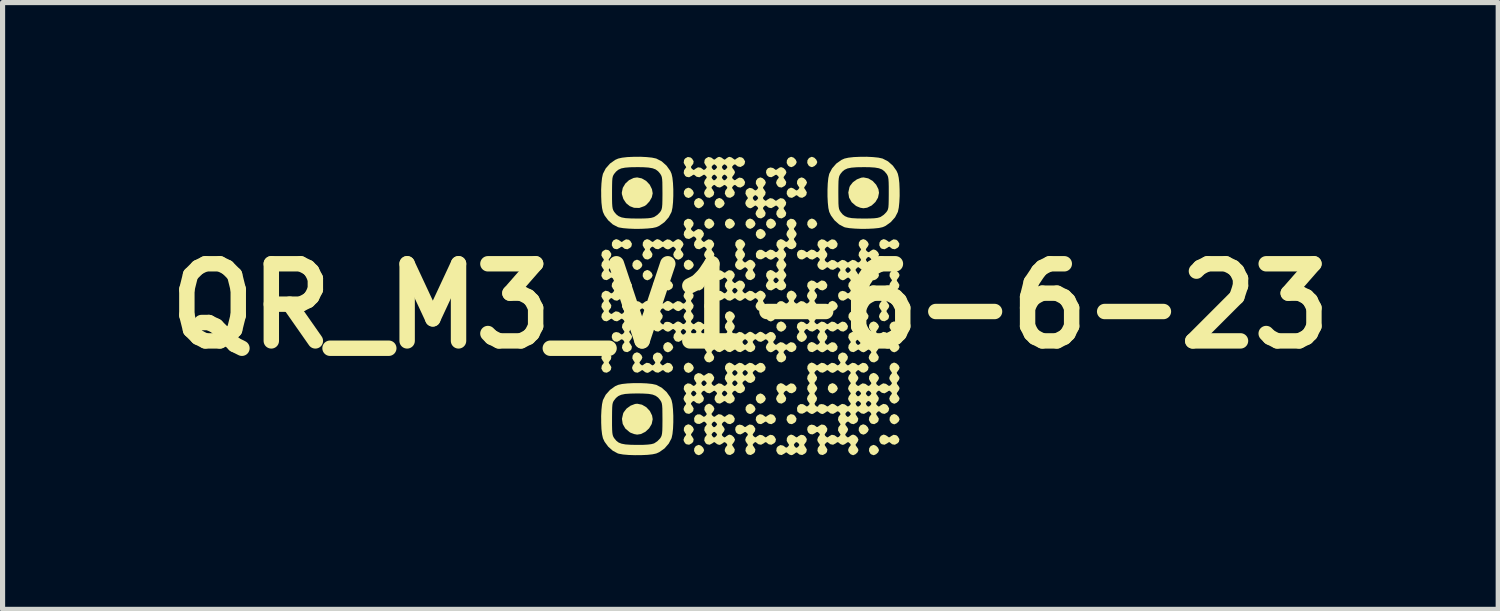
<source format=kicad_pcb>
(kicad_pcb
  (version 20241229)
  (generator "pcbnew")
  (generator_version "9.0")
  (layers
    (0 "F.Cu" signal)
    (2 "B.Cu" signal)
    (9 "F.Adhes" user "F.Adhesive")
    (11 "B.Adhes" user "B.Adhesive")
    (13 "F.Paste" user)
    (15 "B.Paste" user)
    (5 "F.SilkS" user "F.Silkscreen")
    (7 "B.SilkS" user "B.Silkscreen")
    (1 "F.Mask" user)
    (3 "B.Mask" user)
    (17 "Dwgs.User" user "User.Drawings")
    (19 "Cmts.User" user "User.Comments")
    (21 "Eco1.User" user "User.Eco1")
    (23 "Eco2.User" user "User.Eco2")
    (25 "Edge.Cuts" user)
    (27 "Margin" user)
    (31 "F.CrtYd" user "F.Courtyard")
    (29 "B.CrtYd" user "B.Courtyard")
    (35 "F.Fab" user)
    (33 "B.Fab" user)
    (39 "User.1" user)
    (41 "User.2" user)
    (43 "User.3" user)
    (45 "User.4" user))
  (footprint "QR_M3_V1-6-6-23"
    (layer "F.Cu")
    (at 11.55 2.904)
    (property "Reference" "QR_M3_V1-6-6-23" (at 0 0 0) (layer "F.SilkS") (effects (font (size 1.5 1.5) (thickness 0.3))))
    (attr board_only exclude_from_pos_files exclude_from_bom)
    (fp_poly (pts (xy 0.838 2.114) (xy 0.868 2.138) (xy 0.898 2.191) (xy 0.888 2.241) (xy 0.864 2.269) (xy 0.809 2.299) (xy 0.757 2.29) (xy 0.732 2.27) (xy 0.703 2.217) (xy 0.712 2.161) (xy 0.732 2.133) (xy 0.784 2.104)) (stroke (width 0) (type solid)) (fill yes) (layer "F.SilkS"))
    (fp_poly (pts (xy -2.159 -0.884) (xy -2.12 -0.845) (xy -2.102 -0.8) (xy -2.102 -0.797) (xy -2.118 -0.757) (xy -2.157 -0.72) (xy -2.201 -0.701) (xy -2.207 -0.701) (xy -2.246 -0.714) (xy -2.27 -0.732) (xy -2.297 -0.781) (xy -2.292 -0.835) (xy -2.263 -0.879) (xy -2.213 -0.9) (xy -2.203 -0.901)) (stroke (width 0) (type solid)) (fill yes) (layer "F.SilkS"))
    (fp_poly (pts (xy -1.959 -0.684) (xy -1.92 -0.645) (xy -1.902 -0.6) (xy -1.901 -0.597) (xy -1.918 -0.557) (xy -1.956 -0.52) (xy -2.001 -0.501) (xy -2.007 -0.5) (xy -2.046 -0.514) (xy -2.07 -0.532) (xy -2.096 -0.581) (xy -2.092 -0.634) (xy -2.063 -0.678) (xy -2.013 -0.7) (xy -2.003 -0.701)) (stroke (width 0) (type solid)) (fill yes) (layer "F.SilkS"))
    (fp_poly (pts (xy -1.559 -0.884) (xy -1.52 -0.845) (xy -1.501 -0.8) (xy -1.501 -0.797) (xy -1.518 -0.757) (xy -1.556 -0.72) (xy -1.6 -0.701) (xy -1.606 -0.701) (xy -1.646 -0.714) (xy -1.67 -0.732) (xy -1.696 -0.781) (xy -1.692 -0.835) (xy -1.663 -0.879) (xy -1.613 -0.9) (xy -1.603 -0.901)) (stroke (width 0) (type solid)) (fill yes) (layer "F.SilkS"))
    (fp_poly (pts (xy -1.559 0.717) (xy -1.52 0.756) (xy -1.501 0.801) (xy -1.501 0.804) (xy -1.518 0.844) (xy -1.556 0.881) (xy -1.6 0.9) (xy -1.606 0.901) (xy -1.646 0.887) (xy -1.67 0.869) (xy -1.696 0.82) (xy -1.692 0.767) (xy -1.663 0.723) (xy -1.613 0.701) (xy -1.603 0.701)) (stroke (width 0) (type solid)) (fill yes) (layer "F.SilkS"))
    (fp_poly (pts (xy -1.159 -2.285) (xy -1.119 -2.246) (xy -1.101 -2.201) (xy -1.101 -2.198) (xy -1.117 -2.158) (xy -1.156 -2.121) (xy -1.2 -2.102) (xy -1.206 -2.102) (xy -1.246 -2.115) (xy -1.27 -2.133) (xy -1.296 -2.183) (xy -1.292 -2.236) (xy -1.262 -2.28) (xy -1.213 -2.301) (xy -1.203 -2.302)) (stroke (width 0) (type solid)) (fill yes) (layer "F.SilkS"))
    (fp_poly (pts (xy -1.159 -0.884) (xy -1.119 -0.845) (xy -1.101 -0.8) (xy -1.101 -0.797) (xy -1.117 -0.757) (xy -1.156 -0.72) (xy -1.2 -0.701) (xy -1.206 -0.701) (xy -1.246 -0.714) (xy -1.27 -0.732) (xy -1.296 -0.781) (xy -1.292 -0.835) (xy -1.262 -0.879) (xy -1.213 -0.9) (xy -1.203 -0.901)) (stroke (width 0) (type solid)) (fill yes) (layer "F.SilkS"))
    (fp_poly (pts (xy -1.159 1.117) (xy -1.119 1.156) (xy -1.101 1.201) (xy -1.101 1.204) (xy -1.117 1.245) (xy -1.156 1.282) (xy -1.2 1.301) (xy -1.206 1.301) (xy -1.246 1.288) (xy -1.27 1.27) (xy -1.296 1.22) (xy -1.292 1.167) (xy -1.262 1.123) (xy -1.213 1.101) (xy -1.203 1.101)) (stroke (width 0) (type solid)) (fill yes) (layer "F.SilkS"))
    (fp_poly (pts (xy -0.958 -2.085) (xy -0.919 -2.046) (xy -0.901 -2.001) (xy -0.901 -1.998) (xy -0.917 -1.958) (xy -0.956 -1.921) (xy -1 -1.902) (xy -1.006 -1.901) (xy -1.045 -1.915) (xy -1.069 -1.933) (xy -1.096 -1.982) (xy -1.092 -2.036) (xy -1.062 -2.079) (xy -1.013 -2.101) (xy -1.002 -2.102)) (stroke (width 0) (type solid)) (fill yes) (layer "F.SilkS"))
    (fp_poly (pts (xy -0.958 2.719) (xy -0.919 2.758) (xy -0.901 2.802) (xy -0.901 2.806) (xy -0.917 2.846) (xy -0.956 2.883) (xy -1 2.902) (xy -1.006 2.902) (xy -1.045 2.889) (xy -1.069 2.871) (xy -1.096 2.821) (xy -1.092 2.768) (xy -1.062 2.724) (xy -1.013 2.703) (xy -1.002 2.702)) (stroke (width 0) (type solid)) (fill yes) (layer "F.SilkS"))
    (fp_poly (pts (xy -0.758 -1.685) (xy -0.719 -1.646) (xy -0.701 -1.601) (xy -0.701 -1.598) (xy -0.717 -1.558) (xy -0.755 -1.521) (xy -0.8 -1.502) (xy -0.806 -1.501) (xy -0.845 -1.515) (xy -0.869 -1.533) (xy -0.896 -1.582) (xy -0.891 -1.635) (xy -0.862 -1.679) (xy -0.812 -1.701) (xy -0.802 -1.701)) (stroke (width 0) (type solid)) (fill yes) (layer "F.SilkS"))
    (fp_poly (pts (xy -0.758 -0.084) (xy -0.719 -0.045) (xy -0.701 0.000256) (xy -0.701 0.003) (xy -0.717 0.044) (xy -0.755 0.081) (xy -0.8 0.1) (xy -0.806 0.1) (xy -0.845 0.087) (xy -0.869 0.069) (xy -0.896 0.019) (xy -0.891 -0.034) (xy -0.862 -0.078) (xy -0.812 -0.1) (xy -0.802 -0.1)) (stroke (width 0) (type solid)) (fill yes) (layer "F.SilkS"))
    (fp_poly (pts (xy -0.558 -2.085) (xy -0.519 -2.046) (xy -0.501 -2.001) (xy -0.5 -1.998) (xy -0.517 -1.958) (xy -0.555 -1.921) (xy -0.599 -1.902) (xy -0.606 -1.901) (xy -0.645 -1.915) (xy -0.669 -1.933) (xy -0.695 -1.982) (xy -0.691 -2.036) (xy -0.662 -2.079) (xy -0.612 -2.101) (xy -0.602 -2.102)) (stroke (width 0) (type solid)) (fill yes) (layer "F.SilkS"))
    (fp_poly (pts (xy -0.358 -1.685) (xy -0.319 -1.646) (xy -0.3 -1.601) (xy -0.3 -1.598) (xy -0.317 -1.558) (xy -0.355 -1.521) (xy -0.399 -1.502) (xy -0.405 -1.501) (xy -0.445 -1.515) (xy -0.469 -1.533) (xy -0.495 -1.582) (xy -0.491 -1.635) (xy -0.462 -1.679) (xy -0.412 -1.701) (xy -0.402 -1.701)) (stroke (width 0) (type solid)) (fill yes) (layer "F.SilkS"))
    (fp_poly (pts (xy 0.042 -1.685) (xy 0.081 -1.646) (xy 0.1 -1.601) (xy 0.1 -1.598) (xy 0.084 -1.558) (xy 0.045 -1.521) (xy 0.001 -1.502) (xy -0.005 -1.501) (xy -0.045 -1.515) (xy -0.069 -1.533) (xy -0.095 -1.582) (xy -0.091 -1.635) (xy -0.061 -1.679) (xy -0.012 -1.701) (xy -0.002 -1.701)) (stroke (width 0) (type solid)) (fill yes) (layer "F.SilkS"))
    (fp_poly (pts (xy 0.042 1.918) (xy 0.081 1.957) (xy 0.1 2.002) (xy 0.1 2.005) (xy 0.084 2.045) (xy 0.045 2.082) (xy 0.001 2.101) (xy -0.005 2.102) (xy -0.045 2.088) (xy -0.069 2.07) (xy -0.095 2.021) (xy -0.091 1.968) (xy -0.061 1.924) (xy -0.012 1.902) (xy -0.002 1.901)) (stroke (width 0) (type solid)) (fill yes) (layer "F.SilkS"))
    (fp_poly (pts (xy 0.242 -1.485) (xy 0.282 -1.446) (xy 0.3 -1.401) (xy 0.3 -1.398) (xy 0.284 -1.358) (xy 0.245 -1.32) (xy 0.201 -1.301) (xy 0.195 -1.301) (xy 0.156 -1.314) (xy 0.132 -1.332) (xy 0.105 -1.382) (xy 0.109 -1.435) (xy 0.139 -1.479) (xy 0.188 -1.501) (xy 0.198 -1.501)) (stroke (width 0) (type solid)) (fill yes) (layer "F.SilkS"))
    (fp_poly (pts (xy 0.242 1.718) (xy 0.282 1.757) (xy 0.3 1.802) (xy 0.3 1.805) (xy 0.284 1.845) (xy 0.245 1.882) (xy 0.201 1.901) (xy 0.195 1.901) (xy 0.156 1.888) (xy 0.132 1.87) (xy 0.105 1.821) (xy 0.109 1.767) (xy 0.139 1.724) (xy 0.188 1.702) (xy 0.198 1.701)) (stroke (width 0) (type solid)) (fill yes) (layer "F.SilkS"))
    (fp_poly (pts (xy 0.443 -1.685) (xy 0.482 -1.646) (xy 0.5 -1.601) (xy 0.5 -1.598) (xy 0.484 -1.558) (xy 0.446 -1.521) (xy 0.401 -1.502) (xy 0.395 -1.501) (xy 0.356 -1.515) (xy 0.332 -1.533) (xy 0.305 -1.582) (xy 0.31 -1.635) (xy 0.339 -1.679) (xy 0.389 -1.701) (xy 0.399 -1.701)) (stroke (width 0) (type solid)) (fill yes) (layer "F.SilkS"))
    (fp_poly (pts (xy 0.443 0.117) (xy 0.482 0.155) (xy 0.5 0.2) (xy 0.5 0.204) (xy 0.484 0.244) (xy 0.446 0.281) (xy 0.401 0.3) (xy 0.395 0.3) (xy 0.356 0.287) (xy 0.332 0.269) (xy 0.305 0.219) (xy 0.31 0.166) (xy 0.339 0.122) (xy 0.389 0.101) (xy 0.399 0.1)) (stroke (width 0) (type solid)) (fill yes) (layer "F.SilkS"))
    (fp_poly (pts (xy 0.643 0.317) (xy 0.682 0.356) (xy 0.7 0.401) (xy 0.701 0.404) (xy 0.684 0.444) (xy 0.646 0.481) (xy 0.601 0.5) (xy 0.595 0.5) (xy 0.556 0.487) (xy 0.532 0.469) (xy 0.506 0.42) (xy 0.51 0.366) (xy 0.539 0.322) (xy 0.589 0.301) (xy 0.599 0.3)) (stroke (width 0) (type solid)) (fill yes) (layer "F.SilkS"))
    (fp_poly (pts (xy 0.843 -2.886) (xy 0.882 -2.847) (xy 0.901 -2.802) (xy 0.901 -2.799) (xy 0.884 -2.759) (xy 0.846 -2.722) (xy 0.802 -2.703) (xy 0.795 -2.702) (xy 0.756 -2.715) (xy 0.732 -2.734) (xy 0.706 -2.783) (xy 0.71 -2.836) (xy 0.739 -2.88) (xy 0.789 -2.902) (xy 0.799 -2.902)) (stroke (width 0) (type solid)) (fill yes) (layer "F.SilkS"))
    (fp_poly (pts (xy 1.243 -2.886) (xy 1.282 -2.847) (xy 1.301 -2.802) (xy 1.301 -2.799) (xy 1.285 -2.759) (xy 1.246 -2.722) (xy 1.202 -2.703) (xy 1.196 -2.702) (xy 1.156 -2.715) (xy 1.132 -2.734) (xy 1.106 -2.783) (xy 1.11 -2.836) (xy 1.14 -2.88) (xy 1.189 -2.902) (xy 1.199 -2.902)) (stroke (width 0) (type solid)) (fill yes) (layer "F.SilkS"))
    (fp_poly (pts (xy 1.243 -1.685) (xy 1.282 -1.646) (xy 1.301 -1.601) (xy 1.301 -1.598) (xy 1.285 -1.558) (xy 1.246 -1.521) (xy 1.202 -1.502) (xy 1.196 -1.501) (xy 1.156 -1.515) (xy 1.132 -1.533) (xy 1.106 -1.582) (xy 1.11 -1.635) (xy 1.14 -1.679) (xy 1.189 -1.701) (xy 1.199 -1.701)) (stroke (width 0) (type solid)) (fill yes) (layer "F.SilkS"))
    (fp_poly (pts (xy 1.644 -0.084) (xy 1.683 -0.045) (xy 1.701 0.000256) (xy 1.701 0.003) (xy 1.685 0.044) (xy 1.646 0.081) (xy 1.602 0.1) (xy 1.596 0.1) (xy 1.557 0.087) (xy 1.533 0.069) (xy 1.506 0.019) (xy 1.511 -0.034) (xy 1.54 -0.078) (xy 1.59 -0.1) (xy 1.6 -0.1)) (stroke (width 0) (type solid)) (fill yes) (layer "F.SilkS"))
    (fp_poly (pts (xy 1.644 1.518) (xy 1.683 1.557) (xy 1.701 1.602) (xy 1.701 1.605) (xy 1.685 1.645) (xy 1.646 1.682) (xy 1.602 1.701) (xy 1.596 1.701) (xy 1.557 1.688) (xy 1.533 1.67) (xy 1.506 1.62) (xy 1.511 1.567) (xy 1.54 1.523) (xy 1.59 1.502) (xy 1.6 1.501)) (stroke (width 0) (type solid)) (fill yes) (layer "F.SilkS"))
    (fp_poly (pts (xy 2.244 2.318) (xy 2.283 2.357) (xy 2.302 2.402) (xy 2.302 2.405) (xy 2.285 2.445) (xy 2.247 2.483) (xy 2.203 2.502) (xy 2.197 2.502) (xy 2.157 2.489) (xy 2.133 2.471) (xy 2.107 2.421) (xy 2.111 2.368) (xy 2.14 2.324) (xy 2.19 2.302) (xy 2.2 2.302)) (stroke (width 0) (type solid)) (fill yes) (layer "F.SilkS"))
    (fp_poly (pts (xy 2.444 2.719) (xy 2.483 2.758) (xy 2.502 2.802) (xy 2.502 2.806) (xy 2.486 2.846) (xy 2.447 2.883) (xy 2.403 2.902) (xy 2.397 2.902) (xy 2.357 2.889) (xy 2.333 2.871) (xy 2.307 2.821) (xy 2.311 2.768) (xy 2.341 2.724) (xy 2.39 2.703) (xy 2.4 2.702)) (stroke (width 0) (type solid)) (fill yes) (layer "F.SilkS"))
    (fp_poly (pts (xy 2.845 2.118) (xy 2.884 2.157) (xy 2.902 2.202) (xy 2.902 2.205) (xy 2.886 2.245) (xy 2.847 2.282) (xy 2.803 2.301) (xy 2.797 2.302) (xy 2.758 2.288) (xy 2.734 2.27) (xy 2.707 2.221) (xy 2.711 2.168) (xy 2.741 2.124) (xy 2.79 2.102) (xy 2.801 2.102)) (stroke (width 0) (type solid)) (fill yes) (layer "F.SilkS"))
    (fp_poly (pts (xy -2.113 -2.483) (xy -2.028 -2.434) (xy -1.959 -2.361) (xy -1.915 -2.273) (xy -1.901 -2.193) (xy -1.918 -2.115) (xy -1.963 -2.036) (xy -2.025 -1.969) (xy -2.062 -1.944) (xy -2.162 -1.908) (xy -2.264 -1.911) (xy -2.347 -1.943) (xy -2.418 -2.001) (xy -2.472 -2.083) (xy -2.5 -2.176) (xy -2.502 -2.206) (xy -2.483 -2.299) (xy -2.433 -2.383) (xy -2.36 -2.45) (xy -2.271 -2.492) (xy -2.204 -2.502)) (stroke (width 0) (type solid)) (fill yes) (layer "F.SilkS"))
    (fp_poly (pts (xy -2.109 1.92) (xy -2.024 1.97) (xy -1.956 2.043) (xy -1.913 2.13) (xy -1.901 2.202) (xy -1.92 2.295) (xy -1.97 2.379) (xy -2.044 2.448) (xy -2.132 2.491) (xy -2.204 2.502) (xy -2.264 2.491) (xy -2.332 2.465) (xy -2.35 2.454) (xy -2.434 2.383) (xy -2.484 2.295) (xy -2.499 2.195) (xy -2.476 2.092) (xy -2.464 2.066) (xy -2.41 1.996) (xy -2.332 1.939) (xy -2.245 1.906) (xy -2.202 1.901)) (stroke (width 0) (type solid)) (fill yes) (layer "F.SilkS"))
    (fp_poly (pts (xy 2.294 -2.483) (xy 2.379 -2.433) (xy 2.447 -2.36) (xy 2.491 -2.273) (xy 2.502 -2.202) (xy 2.483 -2.109) (xy 2.433 -2.024) (xy 2.36 -1.956) (xy 2.272 -1.913) (xy 2.199 -1.902) (xy 2.139 -1.912) (xy 2.072 -1.939) (xy 2.053 -1.949) (xy 1.97 -2.02) (xy 1.92 -2.109) (xy 1.905 -2.208) (xy 1.927 -2.311) (xy 1.939 -2.338) (xy 1.994 -2.408) (xy 2.072 -2.464) (xy 2.158 -2.497) (xy 2.202 -2.502)) (stroke (width 0) (type solid)) (fill yes) (layer "F.SilkS"))
    (fp_poly (pts (xy -2.765 0.913) (xy -2.735 0.937) (xy -2.705 0.988) (xy -2.714 1.036) (xy -2.735 1.064) (xy -2.757 1.095) (xy -2.75 1.12) (xy -2.735 1.137) (xy -2.705 1.19) (xy -2.715 1.24) (xy -2.739 1.268) (xy -2.794 1.298) (xy -2.846 1.289) (xy -2.871 1.27) (xy -2.9 1.217) (xy -2.891 1.16) (xy -2.871 1.132) (xy -2.85 1.105) (xy -2.86 1.081) (xy -2.871 1.069) (xy -2.9 1.017) (xy -2.891 0.96) (xy -2.871 0.932) (xy -2.819 0.903)) (stroke (width 0) (type solid)) (fill yes) (layer "F.SilkS"))
    (fp_poly (pts (xy 0.237 2.115) (xy 0.263 2.134) (xy 0.293 2.156) (xy 0.316 2.148) (xy 0.331 2.134) (xy 0.383 2.104) (xy 0.437 2.114) (xy 0.467 2.138) (xy 0.497 2.191) (xy 0.488 2.241) (xy 0.464 2.269) (xy 0.409 2.299) (xy 0.356 2.289) (xy 0.331 2.269) (xy 0.303 2.248) (xy 0.279 2.256) (xy 0.263 2.269) (xy 0.208 2.299) (xy 0.155 2.289) (xy 0.132 2.27) (xy 0.103 2.217) (xy 0.111 2.161) (xy 0.132 2.133) (xy 0.183 2.104)) (stroke (width 0) (type solid)) (fill yes) (layer "F.SilkS"))
    (fp_poly (pts (xy -2.568 -1.288) (xy -2.539 -1.269) (xy -2.51 -1.247) (xy -2.486 -1.255) (xy -2.471 -1.269) (xy -2.419 -1.298) (xy -2.365 -1.289) (xy -2.335 -1.264) (xy -2.305 -1.212) (xy -2.314 -1.162) (xy -2.338 -1.134) (xy -2.393 -1.104) (xy -2.446 -1.113) (xy -2.471 -1.133) (xy -2.499 -1.155) (xy -2.523 -1.147) (xy -2.539 -1.133) (xy -2.594 -1.104) (xy -2.647 -1.114) (xy -2.671 -1.132) (xy -2.696 -1.181) (xy -2.693 -1.234) (xy -2.665 -1.278) (xy -2.618 -1.3) (xy -2.607 -1.301)) (stroke (width 0) (type solid)) (fill yes) (layer "F.SilkS"))
    (fp_poly (pts (xy -1.767 -0.488) (xy -1.739 -0.468) (xy -1.709 -0.447) (xy -1.685 -0.454) (xy -1.671 -0.468) (xy -1.619 -0.498) (xy -1.565 -0.488) (xy -1.534 -0.464) (xy -1.504 -0.411) (xy -1.514 -0.361) (xy -1.538 -0.333) (xy -1.593 -0.303) (xy -1.645 -0.313) (xy -1.671 -0.333) (xy -1.698 -0.354) (xy -1.723 -0.346) (xy -1.739 -0.333) (xy -1.793 -0.303) (xy -1.846 -0.313) (xy -1.87 -0.332) (xy -1.896 -0.38) (xy -1.892 -0.433) (xy -1.864 -0.478) (xy -1.817 -0.5) (xy -1.807 -0.5)) (stroke (width 0) (type solid)) (fill yes) (layer "F.SilkS"))
    (fp_poly (pts (xy 2.036 0.113) (xy 2.064 0.132) (xy 2.094 0.154) (xy 2.118 0.146) (xy 2.132 0.132) (xy 2.184 0.103) (xy 2.238 0.112) (xy 2.269 0.137) (xy 2.299 0.19) (xy 2.289 0.239) (xy 2.265 0.267) (xy 2.21 0.297) (xy 2.158 0.288) (xy 2.132 0.268) (xy 2.105 0.246) (xy 2.08 0.254) (xy 2.064 0.268) (xy 2.01 0.298) (xy 1.957 0.288) (xy 1.933 0.269) (xy 1.907 0.22) (xy 1.911 0.167) (xy 1.939 0.123) (xy 1.986 0.101) (xy 1.996 0.1)) (stroke (width 0) (type solid)) (fill yes) (layer "F.SilkS"))
    (fp_poly (pts (xy 2.636 -1.288) (xy 2.665 -1.269) (xy 2.695 -1.247) (xy 2.718 -1.255) (xy 2.733 -1.269) (xy 2.785 -1.298) (xy 2.839 -1.289) (xy 2.869 -1.264) (xy 2.899 -1.212) (xy 2.89 -1.162) (xy 2.866 -1.134) (xy 2.811 -1.104) (xy 2.758 -1.113) (xy 2.733 -1.133) (xy 2.705 -1.155) (xy 2.681 -1.147) (xy 2.665 -1.133) (xy 2.61 -1.104) (xy 2.557 -1.114) (xy 2.533 -1.132) (xy 2.508 -1.181) (xy 2.511 -1.234) (xy 2.539 -1.278) (xy 2.586 -1.3) (xy 2.597 -1.301)) (stroke (width 0) (type solid)) (fill yes) (layer "F.SilkS"))
    (fp_poly (pts (xy 2.636 2.515) (xy 2.665 2.534) (xy 2.695 2.556) (xy 2.718 2.548) (xy 2.733 2.534) (xy 2.785 2.505) (xy 2.839 2.514) (xy 2.869 2.539) (xy 2.899 2.591) (xy 2.89 2.641) (xy 2.866 2.669) (xy 2.811 2.699) (xy 2.758 2.69) (xy 2.733 2.67) (xy 2.705 2.648) (xy 2.681 2.656) (xy 2.665 2.67) (xy 2.61 2.699) (xy 2.557 2.689) (xy 2.533 2.671) (xy 2.508 2.622) (xy 2.511 2.569) (xy 2.539 2.525) (xy 2.586 2.503) (xy 2.597 2.502)) (stroke (width 0) (type solid)) (fill yes) (layer "F.SilkS"))
    (fp_poly (pts (xy -1.16 2.318) (xy -1.12 2.355) (xy -1.101 2.398) (xy -1.101 2.402) (xy -1.113 2.437) (xy -1.134 2.465) (xy -1.156 2.496) (xy -1.149 2.521) (xy -1.134 2.539) (xy -1.104 2.591) (xy -1.113 2.641) (xy -1.137 2.669) (xy -1.192 2.699) (xy -1.245 2.69) (xy -1.27 2.671) (xy -1.295 2.629) (xy -1.301 2.602) (xy -1.287 2.558) (xy -1.27 2.533) (xy -1.249 2.506) (xy -1.259 2.482) (xy -1.27 2.471) (xy -1.296 2.421) (xy -1.292 2.368) (xy -1.262 2.324) (xy -1.213 2.302) (xy -1.203 2.302)) (stroke (width 0) (type solid)) (fill yes) (layer "F.SilkS"))
    (fp_poly (pts (xy 2.843 -0.685) (xy 2.883 -0.647) (xy 2.902 -0.605) (xy 2.902 -0.6) (xy 2.89 -0.566) (xy 2.869 -0.537) (xy 2.847 -0.506) (xy 2.854 -0.482) (xy 2.869 -0.464) (xy 2.899 -0.411) (xy 2.89 -0.361) (xy 2.866 -0.333) (xy 2.811 -0.303) (xy 2.758 -0.313) (xy 2.734 -0.332) (xy 2.708 -0.374) (xy 2.702 -0.4) (xy 2.716 -0.444) (xy 2.734 -0.469) (xy 2.755 -0.497) (xy 2.744 -0.521) (xy 2.734 -0.532) (xy 2.707 -0.581) (xy 2.711 -0.634) (xy 2.741 -0.678) (xy 2.79 -0.7) (xy 2.801 -0.701)) (stroke (width 0) (type solid)) (fill yes) (layer "F.SilkS"))
    (fp_poly (pts (xy 0.635 1.514) (xy 0.663 1.534) (xy 0.693 1.555) (xy 0.717 1.547) (xy 0.731 1.534) (xy 0.783 1.504) (xy 0.837 1.513) (xy 0.868 1.538) (xy 0.898 1.591) (xy 0.888 1.64) (xy 0.864 1.668) (xy 0.809 1.698) (xy 0.757 1.689) (xy 0.731 1.668) (xy 0.702 1.646) (xy 0.679 1.655) (xy 0.665 1.668) (xy 0.644 1.695) (xy 0.652 1.719) (xy 0.667 1.737) (xy 0.697 1.79) (xy 0.688 1.84) (xy 0.664 1.868) (xy 0.609 1.899) (xy 0.556 1.889) (xy 0.532 1.87) (xy 0.506 1.828) (xy 0.5 1.801) (xy 0.514 1.757) (xy 0.532 1.733) (xy 0.553 1.705) (xy 0.543 1.681) (xy 0.532 1.67) (xy 0.506 1.621) (xy 0.51 1.568) (xy 0.538 1.524) (xy 0.585 1.502) (xy 0.595 1.501)) (stroke (width 0) (type solid)) (fill yes) (layer "F.SilkS"))
    (fp_poly (pts (xy 0.642 -2.686) (xy 0.681 -2.649) (xy 0.7 -2.606) (xy 0.701 -2.602) (xy 0.688 -2.567) (xy 0.667 -2.539) (xy 0.645 -2.508) (xy 0.652 -2.483) (xy 0.667 -2.465) (xy 0.698 -2.412) (xy 0.688 -2.363) (xy 0.664 -2.335) (xy 0.609 -2.305) (xy 0.556 -2.314) (xy 0.532 -2.333) (xy 0.506 -2.375) (xy 0.5 -2.402) (xy 0.514 -2.446) (xy 0.532 -2.471) (xy 0.553 -2.498) (xy 0.543 -2.522) (xy 0.531 -2.534) (xy 0.504 -2.555) (xy 0.48 -2.548) (xy 0.46 -2.532) (xy 0.409 -2.506) (xy 0.36 -2.513) (xy 0.322 -2.545) (xy 0.304 -2.596) (xy 0.31 -2.642) (xy 0.341 -2.681) (xy 0.39 -2.696) (xy 0.442 -2.685) (xy 0.46 -2.672) (xy 0.491 -2.649) (xy 0.514 -2.655) (xy 0.531 -2.67) (xy 0.572 -2.696) (xy 0.599 -2.702)) (stroke (width 0) (type solid)) (fill yes) (layer "F.SilkS"))
    (fp_poly (pts (xy 1.042 -2.486) (xy 1.081 -2.449) (xy 1.101 -2.406) (xy 1.101 -2.402) (xy 1.088 -2.367) (xy 1.068 -2.338) (xy 1.046 -2.308) (xy 1.053 -2.283) (xy 1.068 -2.265) (xy 1.098 -2.212) (xy 1.088 -2.163) (xy 1.064 -2.135) (xy 1.009 -2.105) (xy 0.957 -2.114) (xy 0.931 -2.134) (xy 0.904 -2.156) (xy 0.879 -2.148) (xy 0.863 -2.134) (xy 0.809 -2.104) (xy 0.756 -2.114) (xy 0.732 -2.133) (xy 0.706 -2.182) (xy 0.71 -2.235) (xy 0.738 -2.279) (xy 0.785 -2.301) (xy 0.795 -2.302) (xy 0.835 -2.289) (xy 0.863 -2.269) (xy 0.893 -2.248) (xy 0.917 -2.256) (xy 0.931 -2.269) (xy 0.953 -2.298) (xy 0.944 -2.321) (xy 0.932 -2.333) (xy 0.906 -2.383) (xy 0.91 -2.436) (xy 0.939 -2.48) (xy 0.989 -2.501) (xy 0.999 -2.502)) (stroke (width 0) (type solid)) (fill yes) (layer "F.SilkS"))
    (fp_poly (pts (xy 0.835 2.515) (xy 0.863 2.534) (xy 0.893 2.556) (xy 0.917 2.548) (xy 0.931 2.534) (xy 0.984 2.505) (xy 1.037 2.514) (xy 1.068 2.539) (xy 1.098 2.589) (xy 1.089 2.637) (xy 1.068 2.666) (xy 1.046 2.696) (xy 1.053 2.721) (xy 1.068 2.739) (xy 1.098 2.792) (xy 1.088 2.841) (xy 1.064 2.869) (xy 1.009 2.899) (xy 0.957 2.89) (xy 0.931 2.87) (xy 0.904 2.848) (xy 0.879 2.856) (xy 0.863 2.87) (xy 0.822 2.896) (xy 0.795 2.902) (xy 0.756 2.889) (xy 0.731 2.87) (xy 0.703 2.848) (xy 0.679 2.856) (xy 0.663 2.87) (xy 0.608 2.9) (xy 0.556 2.89) (xy 0.532 2.871) (xy 0.503 2.818) (xy 0.511 2.762) (xy 0.532 2.734) (xy 0.583 2.705) (xy 0.637 2.715) (xy 0.663 2.734) (xy 0.693 2.756) (xy 0.717 2.748) (xy 0.731 2.734) (xy 0.753 2.706) (xy 0.75 2.699) (xy 0.845 2.699) (xy 0.857 2.728) (xy 0.86 2.731) (xy 0.887 2.758) (xy 0.909 2.754) (xy 0.934 2.732) (xy 0.953 2.705) (xy 0.942 2.681) (xy 0.931 2.669) (xy 0.903 2.647) (xy 0.879 2.656) (xy 0.866 2.668) (xy 0.845 2.699) (xy 0.75 2.699) (xy 0.743 2.683) (xy 0.732 2.671) (xy 0.706 2.622) (xy 0.71 2.569) (xy 0.738 2.525) (xy 0.785 2.503) (xy 0.795 2.502)) (stroke (width 0) (type solid)) (fill yes) (layer "F.SilkS"))
    (fp_poly (pts (xy -0.159 -1.285) (xy -0.12 -1.248) (xy -0.1 -1.205) (xy -0.1 -1.201) (xy -0.113 -1.166) (xy -0.133 -1.137) (xy -0.155 -1.107) (xy -0.148 -1.082) (xy -0.133 -1.064) (xy -0.103 -1.014) (xy -0.112 -0.966) (xy -0.134 -0.937) (xy -0.156 -0.906) (xy -0.15 -0.883) (xy -0.135 -0.867) (xy -0.107 -0.846) (xy -0.084 -0.855) (xy -0.07 -0.868) (xy -0.029 -0.894) (xy -0.002 -0.901) (xy 0.041 -0.885) (xy 0.08 -0.847) (xy 0.1 -0.805) (xy 0.1 -0.801) (xy 0.088 -0.766) (xy 0.067 -0.737) (xy 0.045 -0.707) (xy 0.052 -0.682) (xy 0.067 -0.664) (xy 0.097 -0.611) (xy 0.087 -0.562) (xy 0.063 -0.534) (xy 0.009 -0.503) (xy -0.044 -0.513) (xy -0.069 -0.532) (xy -0.094 -0.574) (xy -0.1 -0.6) (xy -0.087 -0.645) (xy -0.069 -0.669) (xy -0.048 -0.697) (xy -0.058 -0.721) (xy -0.07 -0.733) (xy -0.097 -0.754) (xy -0.122 -0.747) (xy -0.138 -0.733) (xy -0.178 -0.707) (xy -0.205 -0.701) (xy -0.251 -0.718) (xy -0.288 -0.758) (xy -0.3 -0.801) (xy -0.287 -0.845) (xy -0.269 -0.869) (xy -0.248 -0.897) (xy -0.258 -0.921) (xy -0.269 -0.932) (xy -0.297 -0.985) (xy -0.289 -1.041) (xy -0.269 -1.069) (xy -0.248 -1.097) (xy -0.258 -1.121) (xy -0.269 -1.132) (xy -0.295 -1.182) (xy -0.291 -1.235) (xy -0.261 -1.279) (xy -0.212 -1.3) (xy -0.202 -1.301)) (stroke (width 0) (type solid)) (fill yes) (layer "F.SilkS"))
    (fp_poly (pts (xy 0.037 2.314) (xy 0.067 2.338) (xy 0.097 2.388) (xy 0.088 2.436) (xy 0.066 2.466) (xy 0.044 2.497) (xy 0.051 2.52) (xy 0.065 2.535) (xy 0.093 2.557) (xy 0.116 2.548) (xy 0.13 2.535) (xy 0.182 2.505) (xy 0.236 2.515) (xy 0.263 2.534) (xy 0.293 2.556) (xy 0.316 2.548) (xy 0.331 2.534) (xy 0.383 2.505) (xy 0.437 2.514) (xy 0.467 2.539) (xy 0.497 2.591) (xy 0.488 2.641) (xy 0.464 2.669) (xy 0.409 2.699) (xy 0.356 2.69) (xy 0.331 2.67) (xy 0.303 2.648) (xy 0.279 2.656) (xy 0.263 2.67) (xy 0.208 2.699) (xy 0.155 2.689) (xy 0.13 2.669) (xy 0.102 2.647) (xy 0.079 2.656) (xy 0.065 2.669) (xy 0.044 2.696) (xy 0.051 2.72) (xy 0.066 2.738) (xy 0.097 2.791) (xy 0.088 2.841) (xy 0.063 2.869) (xy 0.009 2.899) (xy -0.044 2.89) (xy -0.069 2.871) (xy -0.097 2.818) (xy -0.089 2.762) (xy -0.069 2.734) (xy -0.048 2.706) (xy -0.058 2.682) (xy -0.069 2.671) (xy -0.094 2.629) (xy -0.1 2.602) (xy -0.087 2.558) (xy -0.069 2.533) (xy -0.048 2.506) (xy -0.058 2.482) (xy -0.07 2.47) (xy -0.097 2.449) (xy -0.121 2.456) (xy -0.14 2.472) (xy -0.191 2.498) (xy -0.24 2.491) (xy -0.279 2.459) (xy -0.296 2.408) (xy -0.29 2.362) (xy -0.26 2.323) (xy -0.211 2.307) (xy -0.159 2.319) (xy -0.14 2.332) (xy -0.109 2.355) (xy -0.086 2.349) (xy -0.07 2.334) (xy -0.017 2.305)) (stroke (width 0) (type solid)) (fill yes) (layer "F.SilkS"))
    (fp_poly (pts (xy -2.161 0.917) (xy -2.121 0.954) (xy -2.102 0.997) (xy -2.102 1.001) (xy -2.114 1.035) (xy -2.135 1.065) (xy -2.158 1.095) (xy -2.151 1.119) (xy -2.137 1.134) (xy -2.109 1.156) (xy -2.085 1.147) (xy -2.072 1.134) (xy -2.02 1.104) (xy -1.966 1.113) (xy -1.939 1.133) (xy -1.909 1.155) (xy -1.885 1.147) (xy -1.871 1.133) (xy -1.849 1.105) (xy -1.859 1.081) (xy -1.87 1.069) (xy -1.899 1.017) (xy -1.891 0.96) (xy -1.87 0.932) (xy -1.818 0.903) (xy -1.764 0.913) (xy -1.734 0.937) (xy -1.705 0.987) (xy -1.713 1.035) (xy -1.735 1.065) (xy -1.757 1.095) (xy -1.751 1.119) (xy -1.736 1.134) (xy -1.709 1.156) (xy -1.685 1.147) (xy -1.671 1.134) (xy -1.619 1.104) (xy -1.565 1.113) (xy -1.534 1.137) (xy -1.504 1.19) (xy -1.514 1.24) (xy -1.538 1.268) (xy -1.593 1.298) (xy -1.645 1.289) (xy -1.671 1.269) (xy -1.698 1.247) (xy -1.723 1.255) (xy -1.739 1.269) (xy -1.793 1.298) (xy -1.846 1.288) (xy -1.871 1.269) (xy -1.899 1.247) (xy -1.923 1.255) (xy -1.939 1.269) (xy -1.98 1.294) (xy -2.007 1.301) (xy -2.046 1.288) (xy -2.071 1.269) (xy -2.099 1.247) (xy -2.123 1.255) (xy -2.139 1.269) (xy -2.194 1.298) (xy -2.246 1.288) (xy -2.27 1.27) (xy -2.296 1.228) (xy -2.302 1.201) (xy -2.288 1.157) (xy -2.27 1.132) (xy -2.249 1.105) (xy -2.26 1.081) (xy -2.27 1.069) (xy -2.297 1.02) (xy -2.292 0.967) (xy -2.263 0.923) (xy -2.213 0.901) (xy -2.203 0.901)) (stroke (width 0) (type solid)) (fill yes) (layer "F.SilkS"))
    (fp_poly (pts (xy -1.36 -1.285) (xy -1.321 -1.248) (xy -1.301 -1.205) (xy -1.301 -1.201) (xy -1.314 -1.166) (xy -1.334 -1.137) (xy -1.356 -1.107) (xy -1.349 -1.082) (xy -1.334 -1.064) (xy -1.308 -1.024) (xy -1.301 -0.997) (xy -1.317 -0.957) (xy -1.356 -0.92) (xy -1.4 -0.901) (xy -1.406 -0.901) (xy -1.452 -0.918) (xy -1.489 -0.959) (xy -1.501 -1.001) (xy -1.488 -1.045) (xy -1.47 -1.069) (xy -1.449 -1.097) (xy -1.459 -1.121) (xy -1.471 -1.133) (xy -1.498 -1.155) (xy -1.523 -1.147) (xy -1.539 -1.133) (xy -1.58 -1.108) (xy -1.606 -1.101) (xy -1.646 -1.114) (xy -1.671 -1.133) (xy -1.698 -1.155) (xy -1.723 -1.147) (xy -1.739 -1.133) (xy -1.793 -1.104) (xy -1.846 -1.114) (xy -1.871 -1.134) (xy -1.9 -1.156) (xy -1.923 -1.147) (xy -1.937 -1.134) (xy -1.958 -1.107) (xy -1.95 -1.083) (xy -1.935 -1.065) (xy -1.905 -1.012) (xy -1.914 -0.962) (xy -1.938 -0.934) (xy -1.993 -0.904) (xy -2.046 -0.913) (xy -2.07 -0.932) (xy -2.096 -0.974) (xy -2.102 -1.001) (xy -2.088 -1.045) (xy -2.07 -1.069) (xy -2.049 -1.097) (xy -2.059 -1.121) (xy -2.07 -1.132) (xy -2.096 -1.181) (xy -2.092 -1.234) (xy -2.064 -1.278) (xy -2.017 -1.3) (xy -2.007 -1.301) (xy -1.967 -1.288) (xy -1.939 -1.269) (xy -1.909 -1.247) (xy -1.885 -1.255) (xy -1.871 -1.269) (xy -1.832 -1.295) (xy -1.807 -1.301) (xy -1.767 -1.288) (xy -1.739 -1.269) (xy -1.709 -1.247) (xy -1.685 -1.255) (xy -1.671 -1.269) (xy -1.619 -1.298) (xy -1.565 -1.288) (xy -1.539 -1.269) (xy -1.509 -1.247) (xy -1.485 -1.255) (xy -1.471 -1.269) (xy -1.43 -1.295) (xy -1.403 -1.301)) (stroke (width 0) (type solid)) (fill yes) (layer "F.SilkS"))
    (fp_poly (pts (xy -1.164 -1.689) (xy -1.134 -1.665) (xy -1.104 -1.615) (xy -1.112 -1.567) (xy -1.135 -1.537) (xy -1.157 -1.507) (xy -1.15 -1.483) (xy -1.136 -1.468) (xy -1.108 -1.446) (xy -1.085 -1.455) (xy -1.071 -1.468) (xy -1.018 -1.498) (xy -0.964 -1.489) (xy -0.934 -1.465) (xy -0.904 -1.414) (xy -0.912 -1.367) (xy -0.934 -1.337) (xy -0.957 -1.306) (xy -0.95 -1.283) (xy -0.936 -1.268) (xy -0.908 -1.246) (xy -0.885 -1.255) (xy -0.871 -1.268) (xy -0.818 -1.298) (xy -0.764 -1.289) (xy -0.734 -1.264) (xy -0.704 -1.214) (xy -0.712 -1.166) (xy -0.734 -1.137) (xy -0.756 -1.107) (xy -0.749 -1.082) (xy -0.734 -1.064) (xy -0.708 -1.026) (xy -0.701 -1.001) (xy -0.713 -0.966) (xy -0.734 -0.937) (xy -0.756 -0.907) (xy -0.749 -0.882) (xy -0.734 -0.864) (xy -0.704 -0.811) (xy -0.713 -0.762) (xy -0.737 -0.734) (xy -0.792 -0.703) (xy -0.845 -0.713) (xy -0.869 -0.732) (xy -0.895 -0.774) (xy -0.901 -0.801) (xy -0.887 -0.845) (xy -0.869 -0.869) (xy -0.848 -0.897) (xy -0.859 -0.921) (xy -0.869 -0.932) (xy -0.895 -0.974) (xy -0.901 -1.001) (xy -0.887 -1.045) (xy -0.869 -1.069) (xy -0.848 -1.097) (xy -0.858 -1.121) (xy -0.87 -1.133) (xy -0.898 -1.155) (xy -0.922 -1.147) (xy -0.938 -1.133) (xy -0.993 -1.104) (xy -1.046 -1.114) (xy -1.069 -1.132) (xy -1.098 -1.185) (xy -1.09 -1.241) (xy -1.069 -1.27) (xy -1.049 -1.297) (xy -1.059 -1.321) (xy -1.07 -1.333) (xy -1.098 -1.355) (xy -1.122 -1.347) (xy -1.138 -1.333) (xy -1.193 -1.304) (xy -1.246 -1.314) (xy -1.27 -1.332) (xy -1.298 -1.385) (xy -1.29 -1.442) (xy -1.27 -1.47) (xy -1.249 -1.497) (xy -1.259 -1.521) (xy -1.27 -1.533) (xy -1.298 -1.586) (xy -1.29 -1.642) (xy -1.27 -1.67) (xy -1.218 -1.699)) (stroke (width 0) (type solid)) (fill yes) (layer "F.SilkS"))
    (fp_poly (pts (xy -2.02 -2.898) (xy -1.914 -2.887) (xy -1.835 -2.87) (xy -1.831 -2.869) (xy -1.726 -2.815) (xy -1.632 -2.731) (xy -1.56 -2.631) (xy -1.534 -2.572) (xy -1.517 -2.496) (xy -1.506 -2.392) (xy -1.5 -2.27) (xy -1.5 -2.142) (xy -1.505 -2.02) (xy -1.516 -1.914) (xy -1.533 -1.835) (xy -1.534 -1.831) (xy -1.589 -1.726) (xy -1.672 -1.632) (xy -1.773 -1.56) (xy -1.831 -1.534) (xy -1.903 -1.518) (xy -2.004 -1.508) (xy -2.122 -1.502) (xy -2.247 -1.501) (xy -2.369 -1.506) (xy -2.476 -1.515) (xy -2.559 -1.529) (xy -2.58 -1.536) (xy -2.677 -1.587) (xy -2.766 -1.667) (xy -2.837 -1.762) (xy -2.869 -1.831) (xy -2.886 -1.907) (xy -2.898 -2.012) (xy -2.903 -2.134) (xy -2.903 -2.202) (xy -2.692 -2.202) (xy -2.692 -2.083) (xy -2.69 -1.996) (xy -2.686 -1.936) (xy -2.679 -1.894) (xy -2.668 -1.863) (xy -2.653 -1.837) (xy -2.648 -1.829) (xy -2.608 -1.782) (xy -2.564 -1.748) (xy -2.506 -1.724) (xy -2.43 -1.71) (xy -2.326 -1.704) (xy -2.205 -1.702) (xy -2.083 -1.703) (xy -1.994 -1.707) (xy -1.93 -1.715) (xy -1.884 -1.728) (xy -1.869 -1.734) (xy -1.809 -1.774) (xy -1.758 -1.826) (xy -1.756 -1.829) (xy -1.739 -1.855) (xy -1.727 -1.884) (xy -1.719 -1.922) (xy -1.714 -1.977) (xy -1.712 -2.055) (xy -1.711 -2.165) (xy -1.711 -2.202) (xy -1.712 -2.321) (xy -1.713 -2.407) (xy -1.717 -2.468) (xy -1.724 -2.51) (xy -1.735 -2.54) (xy -1.751 -2.567) (xy -1.756 -2.575) (xy -1.796 -2.622) (xy -1.843 -2.657) (xy -1.903 -2.68) (xy -1.983 -2.694) (xy -2.09 -2.701) (xy -2.202 -2.702) (xy -2.336 -2.7) (xy -2.438 -2.692) (xy -2.514 -2.677) (xy -2.57 -2.651) (xy -2.615 -2.614) (xy -2.647 -2.575) (xy -2.665 -2.548) (xy -2.677 -2.519) (xy -2.685 -2.481) (xy -2.689 -2.426) (xy -2.691 -2.348) (xy -2.692 -2.239) (xy -2.692 -2.202) (xy -2.903 -2.202) (xy -2.904 -2.261) (xy -2.898 -2.384) (xy -2.887 -2.49) (xy -2.87 -2.568) (xy -2.869 -2.572) (xy -2.815 -2.677) (xy -2.731 -2.772) (xy -2.631 -2.843) (xy -2.572 -2.869) (xy -2.496 -2.886) (xy -2.392 -2.898) (xy -2.27 -2.903) (xy -2.142 -2.904)) (stroke (width 0) (type solid)) (fill yes) (layer "F.SilkS"))
    (fp_poly (pts (xy -2.02 1.505) (xy -1.914 1.516) (xy -1.835 1.533) (xy -1.831 1.534) (xy -1.726 1.589) (xy -1.632 1.672) (xy -1.56 1.773) (xy -1.534 1.831) (xy -1.517 1.907) (xy -1.506 2.012) (xy -1.5 2.134) (xy -1.5 2.261) (xy -1.505 2.384) (xy -1.516 2.49) (xy -1.533 2.568) (xy -1.534 2.572) (xy -1.589 2.677) (xy -1.672 2.772) (xy -1.773 2.843) (xy -1.831 2.869) (xy -1.903 2.885) (xy -2.004 2.896) (xy -2.122 2.901) (xy -2.247 2.902) (xy -2.369 2.898) (xy -2.476 2.889) (xy -2.559 2.874) (xy -2.58 2.868) (xy -2.677 2.816) (xy -2.766 2.737) (xy -2.837 2.641) (xy -2.869 2.572) (xy -2.886 2.496) (xy -2.898 2.392) (xy -2.903 2.27) (xy -2.903 2.202) (xy -2.692 2.202) (xy -2.692 2.321) (xy -2.69 2.407) (xy -2.686 2.468) (xy -2.679 2.51) (xy -2.668 2.541) (xy -2.653 2.567) (xy -2.648 2.574) (xy -2.608 2.622) (xy -2.564 2.656) (xy -2.506 2.679) (xy -2.43 2.693) (xy -2.326 2.7) (xy -2.205 2.702) (xy -2.083 2.701) (xy -1.994 2.696) (xy -1.93 2.688) (xy -1.884 2.676) (xy -1.869 2.67) (xy -1.809 2.63) (xy -1.758 2.577) (xy -1.756 2.575) (xy -1.739 2.548) (xy -1.727 2.519) (xy -1.719 2.481) (xy -1.714 2.426) (xy -1.712 2.348) (xy -1.711 2.239) (xy -1.711 2.202) (xy -1.712 2.083) (xy -1.713 1.996) (xy -1.717 1.936) (xy -1.724 1.894) (xy -1.735 1.863) (xy -1.751 1.837) (xy -1.756 1.829) (xy -1.796 1.781) (xy -1.843 1.747) (xy -1.903 1.723) (xy -1.983 1.709) (xy -2.09 1.703) (xy -2.202 1.701) (xy -2.336 1.704) (xy -2.438 1.711) (xy -2.514 1.727) (xy -2.57 1.752) (xy -2.615 1.789) (xy -2.647 1.829) (xy -2.665 1.855) (xy -2.677 1.884) (xy -2.685 1.922) (xy -2.689 1.977) (xy -2.691 2.055) (xy -2.692 2.165) (xy -2.692 2.202) (xy -2.903 2.202) (xy -2.904 2.142) (xy -2.898 2.02) (xy -2.887 1.914) (xy -2.87 1.835) (xy -2.869 1.831) (xy -2.815 1.726) (xy -2.731 1.632) (xy -2.631 1.56) (xy -2.572 1.534) (xy -2.496 1.517) (xy -2.392 1.506) (xy -2.27 1.5) (xy -2.142 1.5)) (stroke (width 0) (type solid)) (fill yes) (layer "F.SilkS"))
    (fp_poly (pts (xy 2.384 -2.898) (xy 2.49 -2.887) (xy 2.568 -2.87) (xy 2.572 -2.869) (xy 2.677 -2.815) (xy 2.772 -2.731) (xy 2.843 -2.631) (xy 2.869 -2.572) (xy 2.886 -2.496) (xy 2.898 -2.392) (xy 2.903 -2.27) (xy 2.904 -2.142) (xy 2.898 -2.02) (xy 2.887 -1.914) (xy 2.87 -1.835) (xy 2.869 -1.831) (xy 2.815 -1.726) (xy 2.731 -1.632) (xy 2.631 -1.56) (xy 2.572 -1.534) (xy 2.5 -1.518) (xy 2.4 -1.508) (xy 2.282 -1.502) (xy 2.156 -1.501) (xy 2.035 -1.506) (xy 1.927 -1.515) (xy 1.845 -1.529) (xy 1.823 -1.536) (xy 1.727 -1.587) (xy 1.637 -1.667) (xy 1.567 -1.762) (xy 1.534 -1.831) (xy 1.517 -1.907) (xy 1.506 -2.012) (xy 1.5 -2.134) (xy 1.5 -2.202) (xy 1.711 -2.202) (xy 1.712 -2.083) (xy 1.713 -1.996) (xy 1.717 -1.936) (xy 1.724 -1.894) (xy 1.735 -1.863) (xy 1.751 -1.837) (xy 1.756 -1.829) (xy 1.795 -1.782) (xy 1.84 -1.748) (xy 1.897 -1.724) (xy 1.974 -1.71) (xy 2.077 -1.704) (xy 2.199 -1.702) (xy 2.32 -1.703) (xy 2.41 -1.707) (xy 2.473 -1.715) (xy 2.519 -1.728) (xy 2.534 -1.734) (xy 2.594 -1.774) (xy 2.645 -1.826) (xy 2.647 -1.829) (xy 2.665 -1.855) (xy 2.677 -1.884) (xy 2.685 -1.922) (xy 2.689 -1.977) (xy 2.691 -2.055) (xy 2.692 -2.165) (xy 2.692 -2.202) (xy 2.692 -2.321) (xy 2.69 -2.407) (xy 2.686 -2.468) (xy 2.679 -2.51) (xy 2.668 -2.54) (xy 2.653 -2.567) (xy 2.647 -2.575) (xy 2.607 -2.622) (xy 2.561 -2.657) (xy 2.501 -2.68) (xy 2.421 -2.694) (xy 2.313 -2.701) (xy 2.202 -2.702) (xy 2.067 -2.7) (xy 1.966 -2.692) (xy 1.89 -2.677) (xy 1.833 -2.651) (xy 1.788 -2.614) (xy 1.756 -2.575) (xy 1.739 -2.548) (xy 1.727 -2.519) (xy 1.719 -2.481) (xy 1.714 -2.426) (xy 1.712 -2.348) (xy 1.711 -2.239) (xy 1.711 -2.202) (xy 1.5 -2.202) (xy 1.5 -2.261) (xy 1.505 -2.384) (xy 1.516 -2.49) (xy 1.533 -2.568) (xy 1.534 -2.572) (xy 1.589 -2.677) (xy 1.672 -2.772) (xy 1.773 -2.843) (xy 1.831 -2.869) (xy 1.907 -2.886) (xy 2.012 -2.898) (xy 2.134 -2.903) (xy 2.261 -2.904)) (stroke (width 0) (type solid)) (fill yes) (layer "F.SilkS"))
    (fp_poly (pts (xy 0.241 -2.486) (xy 0.281 -2.449) (xy 0.3 -2.406) (xy 0.3 -2.402) (xy 0.288 -2.367) (xy 0.267 -2.338) (xy 0.245 -2.308) (xy 0.252 -2.283) (xy 0.267 -2.265) (xy 0.297 -2.215) (xy 0.289 -2.167) (xy 0.267 -2.138) (xy 0.244 -2.107) (xy 0.251 -2.084) (xy 0.265 -2.068) (xy 0.293 -2.047) (xy 0.316 -2.056) (xy 0.33 -2.069) (xy 0.382 -2.099) (xy 0.436 -2.089) (xy 0.463 -2.069) (xy 0.493 -2.048) (xy 0.516 -2.056) (xy 0.531 -2.069) (xy 0.583 -2.099) (xy 0.637 -2.09) (xy 0.667 -2.065) (xy 0.697 -2.015) (xy 0.689 -1.967) (xy 0.667 -1.938) (xy 0.645 -1.908) (xy 0.652 -1.883) (xy 0.667 -1.865) (xy 0.698 -1.812) (xy 0.688 -1.762) (xy 0.664 -1.734) (xy 0.609 -1.704) (xy 0.556 -1.714) (xy 0.532 -1.733) (xy 0.503 -1.786) (xy 0.511 -1.842) (xy 0.532 -1.87) (xy 0.553 -1.898) (xy 0.543 -1.921) (xy 0.531 -1.934) (xy 0.503 -1.955) (xy 0.479 -1.947) (xy 0.463 -1.934) (xy 0.408 -1.904) (xy 0.356 -1.914) (xy 0.33 -1.934) (xy 0.302 -1.956) (xy 0.279 -1.948) (xy 0.265 -1.935) (xy 0.244 -1.908) (xy 0.251 -1.883) (xy 0.267 -1.866) (xy 0.297 -1.812) (xy 0.288 -1.763) (xy 0.264 -1.734) (xy 0.209 -1.704) (xy 0.156 -1.714) (xy 0.132 -1.733) (xy 0.106 -1.775) (xy 0.1 -1.801) (xy 0.114 -1.845) (xy 0.132 -1.87) (xy 0.152 -1.898) (xy 0.142 -1.921) (xy 0.131 -1.934) (xy 0.103 -1.955) (xy 0.079 -1.947) (xy 0.063 -1.934) (xy 0.022 -1.908) (xy -0.005 -1.901) (xy -0.051 -1.919) (xy -0.087 -1.959) (xy -0.1 -2.002) (xy -0.087 -2.046) (xy -0.069 -2.07) (xy -0.048 -2.098) (xy -0.051 -2.105) (xy 0.045 -2.105) (xy 0.056 -2.076) (xy 0.059 -2.073) (xy 0.086 -2.046) (xy 0.109 -2.05) (xy 0.133 -2.072) (xy 0.152 -2.098) (xy 0.141 -2.123) (xy 0.13 -2.135) (xy 0.102 -2.157) (xy 0.078 -2.148) (xy 0.065 -2.136) (xy 0.045 -2.105) (xy -0.051 -2.105) (xy -0.058 -2.122) (xy -0.069 -2.133) (xy -0.097 -2.186) (xy -0.089 -2.242) (xy -0.069 -2.27) (xy -0.018 -2.299) (xy 0.036 -2.289) (xy 0.063 -2.269) (xy 0.093 -2.248) (xy 0.116 -2.256) (xy 0.131 -2.269) (xy 0.152 -2.298) (xy 0.143 -2.321) (xy 0.132 -2.333) (xy 0.105 -2.383) (xy 0.109 -2.436) (xy 0.139 -2.48) (xy 0.188 -2.501) (xy 0.198 -2.502)) (stroke (width 0) (type solid)) (fill yes) (layer "F.SilkS"))
    (fp_poly (pts (xy -0.364 -0.689) (xy -0.333 -0.664) (xy -0.303 -0.614) (xy -0.312 -0.566) (xy -0.334 -0.536) (xy -0.356 -0.506) (xy -0.35 -0.482) (xy -0.335 -0.467) (xy -0.308 -0.445) (xy -0.284 -0.454) (xy -0.27 -0.468) (xy -0.218 -0.497) (xy -0.164 -0.489) (xy -0.133 -0.464) (xy -0.103 -0.414) (xy -0.112 -0.366) (xy -0.134 -0.336) (xy -0.156 -0.306) (xy -0.15 -0.282) (xy -0.135 -0.267) (xy -0.107 -0.245) (xy -0.084 -0.254) (xy -0.07 -0.267) (xy -0.018 -0.297) (xy 0.035 -0.288) (xy 0.063 -0.268) (xy 0.093 -0.246) (xy 0.116 -0.254) (xy 0.131 -0.268) (xy 0.172 -0.294) (xy 0.198 -0.3) (xy 0.241 -0.284) (xy 0.281 -0.247) (xy 0.3 -0.204) (xy 0.3 -0.2) (xy 0.288 -0.165) (xy 0.267 -0.137) (xy 0.245 -0.106) (xy 0.252 -0.081) (xy 0.267 -0.063) (xy 0.297 -0.011) (xy 0.288 0.039) (xy 0.264 0.067) (xy 0.209 0.097) (xy 0.156 0.088) (xy 0.132 0.069) (xy 0.106 0.027) (xy 0.1 0) (xy 0.114 -0.044) (xy 0.132 -0.069) (xy 0.152 -0.096) (xy 0.142 -0.12) (xy 0.131 -0.132) (xy 0.103 -0.154) (xy 0.079 -0.146) (xy 0.063 -0.132) (xy 0.022 -0.107) (xy -0.005 -0.1) (xy -0.044 -0.113) (xy -0.07 -0.132) (xy -0.097 -0.154) (xy -0.122 -0.146) (xy -0.138 -0.132) (xy -0.178 -0.107) (xy -0.205 -0.1) (xy -0.244 -0.113) (xy -0.27 -0.132) (xy -0.297 -0.154) (xy -0.322 -0.146) (xy -0.338 -0.132) (xy -0.392 -0.103) (xy -0.445 -0.113) (xy -0.47 -0.132) (xy -0.497 -0.153) (xy -0.521 -0.146) (xy -0.54 -0.13) (xy -0.59 -0.107) (xy -0.642 -0.112) (xy -0.682 -0.142) (xy -0.691 -0.16) (xy -0.694 -0.221) (xy -0.671 -0.267) (xy -0.629 -0.294) (xy -0.578 -0.293) (xy -0.54 -0.27) (xy -0.509 -0.247) (xy -0.486 -0.253) (xy -0.47 -0.268) (xy -0.448 -0.296) (xy -0.451 -0.304) (xy -0.356 -0.304) (xy -0.344 -0.275) (xy -0.341 -0.271) (xy -0.314 -0.244) (xy -0.291 -0.248) (xy -0.267 -0.27) (xy -0.248 -0.297) (xy -0.259 -0.322) (xy -0.27 -0.333) (xy -0.298 -0.355) (xy -0.322 -0.346) (xy -0.335 -0.334) (xy -0.356 -0.304) (xy -0.451 -0.304) (xy -0.458 -0.32) (xy -0.469 -0.332) (xy -0.498 -0.385) (xy -0.489 -0.441) (xy -0.469 -0.469) (xy -0.448 -0.496) (xy -0.458 -0.52) (xy -0.47 -0.533) (xy -0.497 -0.554) (xy -0.521 -0.547) (xy -0.54 -0.53) (xy -0.59 -0.507) (xy -0.642 -0.512) (xy -0.682 -0.542) (xy -0.691 -0.56) (xy -0.694 -0.621) (xy -0.671 -0.668) (xy -0.629 -0.694) (xy -0.578 -0.693) (xy -0.54 -0.671) (xy -0.509 -0.648) (xy -0.486 -0.653) (xy -0.47 -0.668) (xy -0.418 -0.698)) (stroke (width 0) (type solid)) (fill yes) (layer "F.SilkS"))
    (fp_poly (pts (xy -0.759 1.918) (xy -0.72 1.955) (xy -0.701 1.997) (xy -0.701 2.002) (xy -0.713 2.036) (xy -0.734 2.066) (xy -0.757 2.096) (xy -0.75 2.12) (xy -0.736 2.135) (xy -0.708 2.157) (xy -0.684 2.148) (xy -0.671 2.135) (xy -0.619 2.104) (xy -0.565 2.114) (xy -0.538 2.134) (xy -0.508 2.156) (xy -0.484 2.148) (xy -0.47 2.134) (xy -0.418 2.104) (xy -0.364 2.114) (xy -0.333 2.138) (xy -0.303 2.191) (xy -0.313 2.241) (xy -0.337 2.269) (xy -0.392 2.299) (xy -0.444 2.289) (xy -0.47 2.269) (xy -0.498 2.247) (xy -0.522 2.255) (xy -0.536 2.268) (xy -0.557 2.296) (xy -0.549 2.32) (xy -0.534 2.338) (xy -0.508 2.377) (xy -0.5 2.402) (xy -0.513 2.437) (xy -0.534 2.466) (xy -0.556 2.497) (xy -0.55 2.52) (xy -0.536 2.535) (xy -0.508 2.557) (xy -0.484 2.548) (xy -0.47 2.535) (xy -0.429 2.508) (xy -0.402 2.502) (xy -0.359 2.518) (xy -0.32 2.555) (xy -0.3 2.598) (xy -0.3 2.602) (xy -0.313 2.637) (xy -0.333 2.666) (xy -0.356 2.696) (xy -0.348 2.721) (xy -0.333 2.739) (xy -0.303 2.792) (xy -0.313 2.841) (xy -0.337 2.869) (xy -0.392 2.899) (xy -0.444 2.89) (xy -0.469 2.871) (xy -0.495 2.829) (xy -0.5 2.802) (xy -0.487 2.758) (xy -0.469 2.734) (xy -0.448 2.706) (xy -0.458 2.682) (xy -0.47 2.67) (xy -0.497 2.648) (xy -0.522 2.656) (xy -0.538 2.67) (xy -0.579 2.695) (xy -0.606 2.702) (xy -0.645 2.689) (xy -0.67 2.67) (xy -0.698 2.648) (xy -0.722 2.656) (xy -0.738 2.67) (xy -0.793 2.699) (xy -0.845 2.689) (xy -0.869 2.671) (xy -0.898 2.618) (xy -0.89 2.562) (xy -0.869 2.533) (xy -0.848 2.506) (xy -0.851 2.498) (xy -0.756 2.498) (xy -0.744 2.527) (xy -0.741 2.531) (xy -0.714 2.558) (xy -0.692 2.554) (xy -0.668 2.532) (xy -0.648 2.505) (xy -0.66 2.481) (xy -0.671 2.469) (xy -0.699 2.447) (xy -0.722 2.456) (xy -0.735 2.468) (xy -0.756 2.498) (xy -0.851 2.498) (xy -0.859 2.482) (xy -0.869 2.471) (xy -0.898 2.418) (xy -0.89 2.361) (xy -0.869 2.333) (xy -0.848 2.306) (xy -0.852 2.298) (xy -0.756 2.298) (xy -0.744 2.327) (xy -0.741 2.331) (xy -0.714 2.358) (xy -0.692 2.354) (xy -0.668 2.332) (xy -0.648 2.305) (xy -0.66 2.28) (xy -0.671 2.269) (xy -0.699 2.247) (xy -0.722 2.256) (xy -0.735 2.268) (xy -0.756 2.298) (xy -0.852 2.298) (xy -0.858 2.282) (xy -0.87 2.269) (xy -0.897 2.248) (xy -0.922 2.256) (xy -0.941 2.272) (xy -0.99 2.295) (xy -1.042 2.29) (xy -1.082 2.26) (xy -1.091 2.242) (xy -1.095 2.181) (xy -1.071 2.135) (xy -1.029 2.108) (xy -0.978 2.109) (xy -0.941 2.132) (xy -0.91 2.155) (xy -0.887 2.149) (xy -0.87 2.134) (xy -0.849 2.106) (xy -0.858 2.082) (xy -0.869 2.07) (xy -0.896 2.021) (xy -0.891 1.968) (xy -0.862 1.924) (xy -0.812 1.902) (xy -0.802 1.901)) (stroke (width 0) (type solid)) (fill yes) (layer "F.SilkS"))
    (fp_poly (pts (xy 0.838 -1.689) (xy 0.868 -1.665) (xy 0.898 -1.614) (xy 0.889 -1.567) (xy 0.868 -1.538) (xy 0.845 -1.507) (xy 0.852 -1.482) (xy 0.868 -1.465) (xy 0.893 -1.426) (xy 0.901 -1.401) (xy 0.888 -1.366) (xy 0.868 -1.338) (xy 0.845 -1.307) (xy 0.852 -1.282) (xy 0.868 -1.264) (xy 0.898 -1.212) (xy 0.888 -1.162) (xy 0.864 -1.134) (xy 0.809 -1.104) (xy 0.757 -1.113) (xy 0.731 -1.134) (xy 0.702 -1.156) (xy 0.679 -1.147) (xy 0.665 -1.134) (xy 0.644 -1.107) (xy 0.652 -1.083) (xy 0.667 -1.065) (xy 0.697 -1.014) (xy 0.689 -0.967) (xy 0.667 -0.937) (xy 0.645 -0.907) (xy 0.652 -0.882) (xy 0.667 -0.864) (xy 0.693 -0.825) (xy 0.701 -0.801) (xy 0.688 -0.766) (xy 0.667 -0.737) (xy 0.645 -0.707) (xy 0.652 -0.682) (xy 0.667 -0.664) (xy 0.693 -0.625) (xy 0.701 -0.6) (xy 0.688 -0.566) (xy 0.667 -0.537) (xy 0.645 -0.506) (xy 0.652 -0.482) (xy 0.667 -0.464) (xy 0.698 -0.411) (xy 0.688 -0.361) (xy 0.664 -0.333) (xy 0.609 -0.303) (xy 0.556 -0.313) (xy 0.531 -0.333) (xy 0.503 -0.354) (xy 0.479 -0.346) (xy 0.463 -0.333) (xy 0.408 -0.303) (xy 0.356 -0.313) (xy 0.332 -0.332) (xy 0.306 -0.374) (xy 0.3 -0.4) (xy 0.314 -0.444) (xy 0.332 -0.469) (xy 0.353 -0.497) (xy 0.35 -0.504) (xy 0.445 -0.504) (xy 0.457 -0.475) (xy 0.46 -0.471) (xy 0.486 -0.445) (xy 0.509 -0.448) (xy 0.533 -0.47) (xy 0.553 -0.497) (xy 0.541 -0.522) (xy 0.53 -0.533) (xy 0.502 -0.555) (xy 0.479 -0.547) (xy 0.466 -0.534) (xy 0.445 -0.504) (xy 0.35 -0.504) (xy 0.342 -0.521) (xy 0.332 -0.532) (xy 0.306 -0.581) (xy 0.309 -0.634) (xy 0.337 -0.678) (xy 0.385 -0.7) (xy 0.395 -0.701) (xy 0.435 -0.688) (xy 0.463 -0.668) (xy 0.493 -0.647) (xy 0.516 -0.655) (xy 0.531 -0.668) (xy 0.553 -0.696) (xy 0.543 -0.72) (xy 0.532 -0.732) (xy 0.503 -0.785) (xy 0.511 -0.841) (xy 0.532 -0.869) (xy 0.553 -0.897) (xy 0.543 -0.921) (xy 0.531 -0.933) (xy 0.503 -0.955) (xy 0.479 -0.947) (xy 0.463 -0.933) (xy 0.422 -0.907) (xy 0.395 -0.901) (xy 0.356 -0.914) (xy 0.331 -0.933) (xy 0.304 -0.954) (xy 0.279 -0.947) (xy 0.26 -0.931) (xy 0.211 -0.908) (xy 0.159 -0.913) (xy 0.119 -0.942) (xy 0.11 -0.961) (xy 0.106 -1.021) (xy 0.13 -1.068) (xy 0.172 -1.094) (xy 0.223 -1.093) (xy 0.26 -1.071) (xy 0.291 -1.048) (xy 0.314 -1.053) (xy 0.331 -1.069) (xy 0.382 -1.098) (xy 0.436 -1.088) (xy 0.463 -1.069) (xy 0.493 -1.047) (xy 0.516 -1.055) (xy 0.531 -1.069) (xy 0.553 -1.097) (xy 0.543 -1.12) (xy 0.532 -1.132) (xy 0.506 -1.181) (xy 0.51 -1.234) (xy 0.538 -1.278) (xy 0.585 -1.3) (xy 0.595 -1.301) (xy 0.635 -1.288) (xy 0.663 -1.269) (xy 0.693 -1.247) (xy 0.717 -1.255) (xy 0.731 -1.269) (xy 0.753 -1.297) (xy 0.743 -1.32) (xy 0.732 -1.332) (xy 0.706 -1.374) (xy 0.701 -1.401) (xy 0.714 -1.445) (xy 0.732 -1.47) (xy 0.753 -1.497) (xy 0.743 -1.521) (xy 0.732 -1.533) (xy 0.703 -1.586) (xy 0.712 -1.642) (xy 0.732 -1.67) (xy 0.784 -1.699)) (stroke (width 0) (type solid)) (fill yes) (layer "F.SilkS"))
    (fp_poly (pts (xy 2.843 0.316) (xy 2.883 0.354) (xy 2.902 0.396) (xy 2.902 0.4) (xy 2.89 0.435) (xy 2.869 0.464) (xy 2.847 0.494) (xy 2.854 0.519) (xy 2.869 0.537) (xy 2.895 0.576) (xy 2.902 0.6) (xy 2.89 0.635) (xy 2.869 0.664) (xy 2.847 0.694) (xy 2.854 0.719) (xy 2.869 0.737) (xy 2.895 0.777) (xy 2.902 0.804) (xy 2.886 0.844) (xy 2.847 0.881) (xy 2.803 0.9) (xy 2.797 0.901) (xy 2.751 0.884) (xy 2.715 0.843) (xy 2.702 0.801) (xy 2.716 0.757) (xy 2.734 0.732) (xy 2.754 0.705) (xy 2.744 0.681) (xy 2.733 0.668) (xy 2.705 0.647) (xy 2.681 0.655) (xy 2.665 0.668) (xy 2.61 0.698) (xy 2.557 0.688) (xy 2.532 0.668) (xy 2.504 0.646) (xy 2.48 0.654) (xy 2.467 0.667) (xy 2.446 0.694) (xy 2.453 0.719) (xy 2.468 0.737) (xy 2.499 0.787) (xy 2.491 0.835) (xy 2.469 0.864) (xy 2.447 0.895) (xy 2.454 0.919) (xy 2.469 0.937) (xy 2.499 0.99) (xy 2.489 1.04) (xy 2.465 1.068) (xy 2.41 1.098) (xy 2.358 1.089) (xy 2.333 1.069) (xy 2.307 1.028) (xy 2.302 1.001) (xy 2.315 0.957) (xy 2.333 0.932) (xy 2.354 0.905) (xy 2.344 0.881) (xy 2.332 0.868) (xy 2.305 0.847) (xy 2.28 0.855) (xy 2.264 0.868) (xy 2.223 0.894) (xy 2.197 0.901) (xy 2.157 0.887) (xy 2.132 0.868) (xy 2.105 0.847) (xy 2.08 0.855) (xy 2.064 0.868) (xy 2.01 0.898) (xy 1.957 0.888) (xy 1.933 0.869) (xy 1.904 0.816) (xy 1.912 0.76) (xy 1.933 0.732) (xy 1.954 0.704) (xy 1.951 0.697) (xy 2.046 0.697) (xy 2.058 0.726) (xy 2.061 0.73) (xy 2.088 0.756) (xy 2.11 0.753) (xy 2.135 0.731) (xy 2.154 0.704) (xy 2.151 0.697) (xy 2.246 0.697) (xy 2.258 0.726) (xy 2.261 0.73) (xy 2.288 0.756) (xy 2.311 0.753) (xy 2.335 0.731) (xy 2.354 0.704) (xy 2.343 0.679) (xy 2.332 0.668) (xy 2.304 0.646) (xy 2.28 0.654) (xy 2.267 0.667) (xy 2.246 0.697) (xy 2.151 0.697) (xy 2.143 0.679) (xy 2.132 0.668) (xy 2.103 0.646) (xy 2.08 0.654) (xy 2.067 0.667) (xy 2.046 0.697) (xy 1.951 0.697) (xy 1.944 0.68) (xy 1.933 0.669) (xy 1.904 0.616) (xy 1.912 0.56) (xy 1.933 0.532) (xy 1.984 0.503) (xy 2.038 0.514) (xy 2.064 0.533) (xy 2.094 0.554) (xy 2.118 0.546) (xy 2.132 0.533) (xy 2.172 0.507) (xy 2.197 0.5) (xy 2.236 0.513) (xy 2.264 0.533) (xy 2.294 0.554) (xy 2.318 0.546) (xy 2.332 0.533) (xy 2.354 0.505) (xy 2.345 0.481) (xy 2.333 0.469) (xy 2.307 0.42) (xy 2.311 0.366) (xy 2.341 0.322) (xy 2.39 0.301) (xy 2.4 0.3) (xy 2.443 0.316) (xy 2.482 0.354) (xy 2.502 0.396) (xy 2.502 0.4) (xy 2.489 0.435) (xy 2.468 0.464) (xy 2.446 0.495) (xy 2.452 0.518) (xy 2.467 0.534) (xy 2.495 0.555) (xy 2.518 0.546) (xy 2.532 0.533) (xy 2.584 0.503) (xy 2.637 0.513) (xy 2.665 0.533) (xy 2.695 0.554) (xy 2.718 0.546) (xy 2.733 0.533) (xy 2.754 0.505) (xy 2.745 0.481) (xy 2.734 0.469) (xy 2.707 0.42) (xy 2.711 0.366) (xy 2.741 0.322) (xy 2.79 0.301) (xy 2.801 0.3)) (stroke (width 0) (type solid)) (fill yes) (layer "F.SilkS"))
    (fp_poly (pts (xy -0.366 -2.89) (xy -0.338 -2.87) (xy -0.308 -2.848) (xy -0.284 -2.856) (xy -0.27 -2.87) (xy -0.217 -2.899) (xy -0.164 -2.89) (xy -0.133 -2.866) (xy -0.103 -2.813) (xy -0.113 -2.763) (xy -0.137 -2.735) (xy -0.191 -2.705) (xy -0.244 -2.715) (xy -0.27 -2.735) (xy -0.298 -2.757) (xy -0.322 -2.748) (xy -0.335 -2.736) (xy -0.357 -2.708) (xy -0.349 -2.684) (xy -0.334 -2.666) (xy -0.308 -2.627) (xy -0.3 -2.602) (xy -0.313 -2.567) (xy -0.334 -2.538) (xy -0.356 -2.507) (xy -0.35 -2.484) (xy -0.335 -2.468) (xy -0.308 -2.447) (xy -0.284 -2.456) (xy -0.27 -2.469) (xy -0.218 -2.499) (xy -0.164 -2.49) (xy -0.133 -2.465) (xy -0.103 -2.412) (xy -0.113 -2.363) (xy -0.137 -2.335) (xy -0.191 -2.305) (xy -0.244 -2.314) (xy -0.27 -2.335) (xy -0.298 -2.357) (xy -0.322 -2.348) (xy -0.335 -2.335) (xy -0.357 -2.308) (xy -0.349 -2.284) (xy -0.334 -2.266) (xy -0.303 -2.213) (xy -0.312 -2.163) (xy -0.337 -2.135) (xy -0.392 -2.105) (xy -0.444 -2.114) (xy -0.469 -2.133) (xy -0.498 -2.186) (xy -0.489 -2.242) (xy -0.469 -2.27) (xy -0.448 -2.298) (xy -0.458 -2.322) (xy -0.47 -2.334) (xy -0.497 -2.356) (xy -0.522 -2.348) (xy -0.538 -2.334) (xy -0.592 -2.305) (xy -0.645 -2.315) (xy -0.671 -2.335) (xy -0.699 -2.357) (xy -0.722 -2.348) (xy -0.736 -2.335) (xy -0.757 -2.308) (xy -0.749 -2.284) (xy -0.734 -2.266) (xy -0.704 -2.213) (xy -0.713 -2.163) (xy -0.737 -2.135) (xy -0.792 -2.105) (xy -0.845 -2.114) (xy -0.869 -2.133) (xy -0.895 -2.175) (xy -0.901 -2.202) (xy -0.887 -2.246) (xy -0.869 -2.27) (xy -0.848 -2.298) (xy -0.859 -2.322) (xy -0.869 -2.333) (xy -0.895 -2.375) (xy -0.901 -2.402) (xy -0.887 -2.446) (xy -0.869 -2.471) (xy -0.848 -2.498) (xy -0.852 -2.505) (xy -0.756 -2.505) (xy -0.744 -2.477) (xy -0.741 -2.473) (xy -0.714 -2.446) (xy -0.692 -2.45) (xy -0.668 -2.472) (xy -0.648 -2.499) (xy -0.651 -2.505) (xy -0.556 -2.505) (xy -0.544 -2.477) (xy -0.541 -2.473) (xy -0.514 -2.446) (xy -0.492 -2.45) (xy -0.468 -2.472) (xy -0.448 -2.499) (xy -0.459 -2.523) (xy -0.47 -2.535) (xy -0.499 -2.557) (xy -0.522 -2.548) (xy -0.535 -2.536) (xy -0.556 -2.505) (xy -0.651 -2.505) (xy -0.66 -2.523) (xy -0.671 -2.535) (xy -0.699 -2.557) (xy -0.722 -2.548) (xy -0.735 -2.536) (xy -0.756 -2.505) (xy -0.852 -2.505) (xy -0.858 -2.522) (xy -0.87 -2.534) (xy -0.898 -2.556) (xy -0.922 -2.548) (xy -0.938 -2.534) (xy -0.993 -2.505) (xy -1.046 -2.515) (xy -1.07 -2.534) (xy -1.098 -2.556) (xy -1.122 -2.548) (xy -1.138 -2.534) (xy -1.193 -2.505) (xy -1.246 -2.515) (xy -1.27 -2.533) (xy -1.298 -2.586) (xy -1.29 -2.643) (xy -1.27 -2.671) (xy -1.249 -2.698) (xy -1.259 -2.722) (xy -1.27 -2.734) (xy -1.298 -2.786) (xy -1.29 -2.843) (xy -1.27 -2.871) (xy -1.218 -2.9) (xy -1.164 -2.89) (xy -1.134 -2.866) (xy -1.104 -2.816) (xy -1.112 -2.768) (xy -1.135 -2.738) (xy -1.157 -2.708) (xy -1.15 -2.684) (xy -1.136 -2.669) (xy -1.108 -2.647) (xy -1.085 -2.656) (xy -1.071 -2.669) (xy -1.019 -2.699) (xy -0.965 -2.69) (xy -0.938 -2.67) (xy -0.908 -2.648) (xy -0.885 -2.656) (xy -0.87 -2.67) (xy -0.849 -2.698) (xy -0.852 -2.706) (xy -0.756 -2.706) (xy -0.744 -2.677) (xy -0.741 -2.673) (xy -0.714 -2.646) (xy -0.692 -2.65) (xy -0.668 -2.672) (xy -0.648 -2.699) (xy -0.651 -2.706) (xy -0.556 -2.706) (xy -0.544 -2.677) (xy -0.541 -2.673) (xy -0.514 -2.646) (xy -0.492 -2.65) (xy -0.468 -2.672) (xy -0.448 -2.699) (xy -0.459 -2.724) (xy -0.47 -2.735) (xy -0.499 -2.757) (xy -0.522 -2.748) (xy -0.535 -2.736) (xy -0.556 -2.706) (xy -0.651 -2.706) (xy -0.66 -2.724) (xy -0.671 -2.735) (xy -0.699 -2.757) (xy -0.722 -2.748) (xy -0.735 -2.736) (xy -0.756 -2.706) (xy -0.852 -2.706) (xy -0.858 -2.722) (xy -0.869 -2.734) (xy -0.898 -2.786) (xy -0.89 -2.843) (xy -0.869 -2.871) (xy -0.818 -2.9) (xy -0.764 -2.889) (xy -0.738 -2.87) (xy -0.708 -2.848) (xy -0.685 -2.856) (xy -0.67 -2.87) (xy -0.631 -2.896) (xy -0.606 -2.902) (xy -0.566 -2.89) (xy -0.538 -2.87) (xy -0.508 -2.848) (xy -0.484 -2.856) (xy -0.47 -2.87) (xy -0.431 -2.896) (xy -0.405 -2.902)) (stroke (width 0) (type solid)) (fill yes) (layer "F.SilkS"))
    (fp_poly (pts (xy -0.359 0.116) (xy -0.32 0.153) (xy -0.3 0.196) (xy -0.3 0.2) (xy -0.313 0.235) (xy -0.333 0.264) (xy -0.356 0.294) (xy -0.348 0.319) (xy -0.333 0.337) (xy -0.303 0.387) (xy -0.312 0.435) (xy -0.334 0.464) (xy -0.356 0.495) (xy -0.35 0.518) (xy -0.335 0.534) (xy -0.308 0.555) (xy -0.284 0.546) (xy -0.27 0.533) (xy -0.219 0.503) (xy -0.165 0.513) (xy -0.138 0.533) (xy -0.108 0.554) (xy -0.084 0.546) (xy -0.07 0.533) (xy -0.03 0.507) (xy -0.005 0.5) (xy 0.034 0.513) (xy 0.063 0.533) (xy 0.093 0.554) (xy 0.116 0.546) (xy 0.131 0.533) (xy 0.17 0.507) (xy 0.195 0.5) (xy 0.234 0.513) (xy 0.263 0.533) (xy 0.293 0.554) (xy 0.316 0.546) (xy 0.331 0.533) (xy 0.383 0.503) (xy 0.437 0.512) (xy 0.467 0.537) (xy 0.497 0.587) (xy 0.489 0.635) (xy 0.467 0.665) (xy 0.444 0.695) (xy 0.451 0.718) (xy 0.465 0.734) (xy 0.493 0.756) (xy 0.517 0.747) (xy 0.53 0.733) (xy 0.582 0.703) (xy 0.636 0.713) (xy 0.663 0.733) (xy 0.693 0.754) (xy 0.717 0.747) (xy 0.731 0.733) (xy 0.783 0.703) (xy 0.837 0.713) (xy 0.868 0.737) (xy 0.898 0.79) (xy 0.888 0.84) (xy 0.864 0.868) (xy 0.809 0.898) (xy 0.757 0.888) (xy 0.731 0.868) (xy 0.702 0.846) (xy 0.679 0.854) (xy 0.665 0.867) (xy 0.644 0.895) (xy 0.652 0.919) (xy 0.667 0.937) (xy 0.697 0.99) (xy 0.688 1.039) (xy 0.664 1.068) (xy 0.609 1.098) (xy 0.556 1.089) (xy 0.532 1.069) (xy 0.503 1.017) (xy 0.511 0.96) (xy 0.532 0.932) (xy 0.553 0.905) (xy 0.543 0.881) (xy 0.531 0.868) (xy 0.503 0.847) (xy 0.479 0.855) (xy 0.463 0.868) (xy 0.422 0.894) (xy 0.395 0.901) (xy 0.349 0.884) (xy 0.313 0.843) (xy 0.3 0.801) (xy 0.314 0.757) (xy 0.332 0.732) (xy 0.353 0.705) (xy 0.343 0.681) (xy 0.331 0.668) (xy 0.303 0.647) (xy 0.279 0.655) (xy 0.263 0.668) (xy 0.208 0.698) (xy 0.155 0.688) (xy 0.13 0.668) (xy 0.102 0.646) (xy 0.079 0.654) (xy 0.065 0.667) (xy 0.044 0.694) (xy 0.051 0.719) (xy 0.066 0.737) (xy 0.097 0.79) (xy 0.088 0.839) (xy 0.063 0.868) (xy 0.009 0.898) (xy -0.044 0.888) (xy -0.07 0.868) (xy -0.097 0.847) (xy -0.122 0.855) (xy -0.138 0.868) (xy -0.192 0.898) (xy -0.245 0.888) (xy -0.27 0.868) (xy -0.297 0.847) (xy -0.322 0.855) (xy -0.338 0.868) (xy -0.392 0.898) (xy -0.445 0.888) (xy -0.47 0.868) (xy -0.497 0.847) (xy -0.522 0.855) (xy -0.538 0.868) (xy -0.592 0.898) (xy -0.645 0.888) (xy -0.671 0.868) (xy -0.699 0.846) (xy -0.722 0.854) (xy -0.736 0.867) (xy -0.757 0.895) (xy -0.749 0.919) (xy -0.734 0.937) (xy -0.704 0.99) (xy -0.713 1.039) (xy -0.737 1.068) (xy -0.792 1.098) (xy -0.845 1.089) (xy -0.869 1.069) (xy -0.895 1.028) (xy -0.901 1.001) (xy -0.887 0.957) (xy -0.869 0.932) (xy -0.848 0.904) (xy -0.859 0.88) (xy -0.869 0.869) (xy -0.895 0.821) (xy -0.891 0.768) (xy -0.864 0.723) (xy -0.816 0.701) (xy -0.806 0.701) (xy -0.766 0.713) (xy -0.738 0.733) (xy -0.708 0.754) (xy -0.685 0.747) (xy -0.67 0.733) (xy -0.631 0.707) (xy -0.606 0.701) (xy -0.566 0.713) (xy -0.538 0.733) (xy -0.508 0.754) (xy -0.484 0.747) (xy -0.47 0.733) (xy -0.448 0.705) (xy -0.451 0.697) (xy -0.356 0.697) (xy -0.344 0.726) (xy -0.341 0.73) (xy -0.314 0.756) (xy -0.291 0.753) (xy -0.267 0.731) (xy -0.248 0.704) (xy -0.251 0.697) (xy -0.156 0.697) (xy -0.144 0.726) (xy -0.141 0.73) (xy -0.114 0.756) (xy -0.091 0.753) (xy -0.067 0.731) (xy -0.048 0.704) (xy -0.059 0.679) (xy -0.07 0.668) (xy -0.098 0.646) (xy -0.122 0.654) (xy -0.135 0.667) (xy -0.156 0.697) (xy -0.251 0.697) (xy -0.259 0.679) (xy -0.27 0.668) (xy -0.298 0.646) (xy -0.322 0.654) (xy -0.335 0.667) (xy -0.356 0.697) (xy -0.451 0.697) (xy -0.458 0.681) (xy -0.469 0.669) (xy -0.498 0.616) (xy -0.489 0.56) (xy -0.469 0.532) (xy -0.448 0.504) (xy -0.458 0.48) (xy -0.469 0.469) (xy -0.498 0.416) (xy -0.489 0.36) (xy -0.469 0.332) (xy -0.448 0.304) (xy -0.458 0.28) (xy -0.469 0.269) (xy -0.495 0.219) (xy -0.491 0.166) (xy -0.462 0.122) (xy -0.412 0.101) (xy -0.402 0.1)) (stroke (width 0) (type solid)) (fill yes) (layer "F.SilkS"))
    (fp_poly (pts (xy 1.237 -0.487) (xy 1.264 -0.468) (xy 1.293 -0.447) (xy 1.317 -0.454) (xy 1.332 -0.468) (xy 1.384 -0.498) (xy 1.438 -0.488) (xy 1.468 -0.464) (xy 1.498 -0.411) (xy 1.489 -0.361) (xy 1.465 -0.333) (xy 1.41 -0.303) (xy 1.357 -0.313) (xy 1.331 -0.333) (xy 1.303 -0.355) (xy 1.279 -0.347) (xy 1.266 -0.334) (xy 1.245 -0.306) (xy 1.252 -0.282) (xy 1.267 -0.264) (xy 1.298 -0.214) (xy 1.29 -0.166) (xy 1.268 -0.137) (xy 1.246 -0.106) (xy 1.253 -0.081) (xy 1.268 -0.063) (xy 1.294 -0.025) (xy 1.301 0) (xy 1.289 0.035) (xy 1.268 0.063) (xy 1.246 0.094) (xy 1.253 0.119) (xy 1.268 0.137) (xy 1.298 0.187) (xy 1.289 0.235) (xy 1.267 0.264) (xy 1.245 0.295) (xy 1.251 0.318) (xy 1.266 0.334) (xy 1.294 0.355) (xy 1.317 0.346) (xy 1.331 0.333) (xy 1.383 0.303) (xy 1.436 0.313) (xy 1.464 0.333) (xy 1.494 0.354) (xy 1.517 0.346) (xy 1.532 0.333) (xy 1.583 0.303) (xy 1.637 0.313) (xy 1.664 0.333) (xy 1.694 0.354) (xy 1.717 0.346) (xy 1.732 0.333) (xy 1.784 0.303) (xy 1.838 0.312) (xy 1.868 0.337) (xy 1.899 0.39) (xy 1.889 0.439) (xy 1.865 0.467) (xy 1.81 0.498) (xy 1.757 0.488) (xy 1.732 0.468) (xy 1.704 0.447) (xy 1.68 0.454) (xy 1.664 0.468) (xy 1.609 0.498) (xy 1.557 0.487) (xy 1.531 0.468) (xy 1.503 0.445) (xy 1.48 0.454) (xy 1.466 0.467) (xy 1.445 0.494) (xy 1.452 0.519) (xy 1.467 0.536) (xy 1.498 0.587) (xy 1.49 0.634) (xy 1.467 0.665) (xy 1.445 0.695) (xy 1.452 0.718) (xy 1.466 0.734) (xy 1.494 0.756) (xy 1.517 0.747) (xy 1.531 0.733) (xy 1.584 0.703) (xy 1.638 0.712) (xy 1.668 0.737) (xy 1.698 0.79) (xy 1.689 0.84) (xy 1.665 0.868) (xy 1.61 0.898) (xy 1.557 0.888) (xy 1.532 0.868) (xy 1.504 0.847) (xy 1.48 0.855) (xy 1.464 0.868) (xy 1.423 0.894) (xy 1.396 0.901) (xy 1.357 0.887) (xy 1.332 0.868) (xy 1.304 0.847) (xy 1.28 0.855) (xy 1.264 0.868) (xy 1.209 0.898) (xy 1.156 0.888) (xy 1.132 0.869) (xy 1.107 0.821) (xy 1.11 0.768) (xy 1.138 0.723) (xy 1.185 0.701) (xy 1.196 0.701) (xy 1.235 0.713) (xy 1.264 0.733) (xy 1.293 0.754) (xy 1.317 0.747) (xy 1.332 0.733) (xy 1.353 0.705) (xy 1.344 0.681) (xy 1.332 0.669) (xy 1.307 0.627) (xy 1.301 0.6) (xy 1.315 0.556) (xy 1.332 0.532) (xy 1.353 0.504) (xy 1.343 0.48) (xy 1.332 0.468) (xy 1.304 0.447) (xy 1.28 0.454) (xy 1.264 0.468) (xy 1.209 0.498) (xy 1.156 0.487) (xy 1.131 0.468) (xy 1.103 0.445) (xy 1.079 0.454) (xy 1.066 0.467) (xy 1.045 0.494) (xy 1.052 0.519) (xy 1.067 0.536) (xy 1.093 0.577) (xy 1.101 0.604) (xy 1.084 0.644) (xy 1.046 0.681) (xy 1.002 0.7) (xy 0.996 0.701) (xy 0.95 0.683) (xy 0.913 0.643) (xy 0.901 0.6) (xy 0.914 0.556) (xy 0.932 0.532) (xy 0.953 0.504) (xy 0.943 0.48) (xy 0.932 0.469) (xy 0.903 0.416) (xy 0.912 0.36) (xy 0.932 0.332) (xy 0.983 0.303) (xy 1.037 0.313) (xy 1.063 0.333) (xy 1.093 0.354) (xy 1.117 0.346) (xy 1.131 0.333) (xy 1.153 0.305) (xy 1.144 0.281) (xy 1.132 0.269) (xy 1.104 0.216) (xy 1.112 0.16) (xy 1.132 0.132) (xy 1.153 0.104) (xy 1.143 0.08) (xy 1.131 0.068) (xy 1.104 0.046) (xy 1.079 0.054) (xy 1.063 0.068) (xy 1.022 0.093) (xy 0.996 0.1) (xy 0.956 0.087) (xy 0.931 0.068) (xy 0.904 0.046) (xy 0.879 0.054) (xy 0.863 0.068) (xy 0.822 0.093) (xy 0.795 0.1) (xy 0.756 0.087) (xy 0.731 0.068) (xy 0.704 0.047) (xy 0.68 0.054) (xy 0.66 0.07) (xy 0.611 0.093) (xy 0.559 0.088) (xy 0.519 0.058) (xy 0.51 0.04) (xy 0.507 -0.02) (xy 0.53 -0.067) (xy 0.572 -0.094) (xy 0.623 -0.093) (xy 0.66 -0.07) (xy 0.692 -0.047) (xy 0.715 -0.053) (xy 0.731 -0.068) (xy 0.753 -0.096) (xy 0.743 -0.12) (xy 0.732 -0.132) (xy 0.706 -0.181) (xy 0.71 -0.234) (xy 0.739 -0.278) (xy 0.789 -0.3) (xy 0.799 -0.3) (xy 0.842 -0.284) (xy 0.881 -0.247) (xy 0.9 -0.204) (xy 0.901 -0.2) (xy 0.888 -0.165) (xy 0.867 -0.136) (xy 0.845 -0.105) (xy 0.851 -0.082) (xy 0.866 -0.067) (xy 0.893 -0.045) (xy 0.917 -0.054) (xy 0.931 -0.067) (xy 0.982 -0.097) (xy 1.036 -0.087) (xy 1.063 -0.068) (xy 1.093 -0.046) (xy 1.117 -0.054) (xy 1.131 -0.068) (xy 1.153 -0.096) (xy 1.144 -0.12) (xy 1.132 -0.132) (xy 1.107 -0.173) (xy 1.101 -0.2) (xy 1.114 -0.244) (xy 1.132 -0.269) (xy 1.153 -0.296) (xy 1.143 -0.32) (xy 1.132 -0.332) (xy 1.104 -0.385) (xy 1.112 -0.441) (xy 1.132 -0.469) (xy 1.183 -0.498)) (stroke (width 0) (type solid)) (fill yes) (layer "F.SilkS"))
    (fp_poly (pts (xy -0.366 1.114) (xy -0.338 1.133) (xy -0.308 1.155) (xy -0.284 1.147) (xy -0.27 1.133) (xy -0.218 1.104) (xy -0.164 1.114) (xy -0.138 1.133) (xy -0.108 1.155) (xy -0.084 1.147) (xy -0.07 1.133) (xy -0.018 1.104) (xy 0.036 1.114) (xy 0.063 1.133) (xy 0.093 1.155) (xy 0.116 1.147) (xy 0.131 1.133) (xy 0.183 1.104) (xy 0.237 1.113) (xy 0.267 1.137) (xy 0.297 1.19) (xy 0.288 1.24) (xy 0.264 1.268) (xy 0.209 1.298) (xy 0.156 1.289) (xy 0.13 1.268) (xy 0.102 1.246) (xy 0.079 1.255) (xy 0.065 1.268) (xy 0.044 1.295) (xy 0.051 1.319) (xy 0.066 1.337) (xy 0.097 1.39) (xy 0.088 1.439) (xy 0.063 1.468) (xy 0.009 1.498) (xy -0.044 1.489) (xy -0.07 1.468) (xy -0.098 1.446) (xy -0.122 1.455) (xy -0.135 1.468) (xy -0.156 1.495) (xy -0.149 1.519) (xy -0.134 1.537) (xy -0.103 1.59) (xy -0.112 1.64) (xy -0.137 1.668) (xy -0.191 1.698) (xy -0.244 1.689) (xy -0.27 1.668) (xy -0.298 1.646) (xy -0.322 1.655) (xy -0.335 1.668) (xy -0.357 1.695) (xy -0.349 1.719) (xy -0.334 1.737) (xy -0.303 1.79) (xy -0.312 1.84) (xy -0.337 1.868) (xy -0.392 1.899) (xy -0.444 1.889) (xy -0.47 1.869) (xy -0.497 1.848) (xy -0.522 1.856) (xy -0.538 1.869) (xy -0.592 1.899) (xy -0.645 1.889) (xy -0.669 1.87) (xy -0.698 1.817) (xy -0.69 1.761) (xy -0.669 1.733) (xy -0.648 1.705) (xy -0.651 1.698) (xy -0.556 1.698) (xy -0.544 1.727) (xy -0.541 1.73) (xy -0.514 1.757) (xy -0.492 1.753) (xy -0.468 1.731) (xy -0.448 1.705) (xy -0.459 1.68) (xy -0.47 1.668) (xy -0.499 1.646) (xy -0.522 1.655) (xy -0.535 1.667) (xy -0.556 1.698) (xy -0.651 1.698) (xy -0.658 1.681) (xy -0.67 1.669) (xy -0.698 1.647) (xy -0.722 1.655) (xy -0.738 1.669) (xy -0.792 1.699) (xy -0.845 1.688) (xy -0.871 1.668) (xy -0.899 1.646) (xy -0.922 1.655) (xy -0.936 1.668) (xy -0.957 1.695) (xy -0.95 1.719) (xy -0.934 1.737) (xy -0.904 1.79) (xy -0.913 1.84) (xy -0.937 1.868) (xy -0.992 1.899) (xy -1.045 1.889) (xy -1.071 1.869) (xy -1.099 1.847) (xy -1.122 1.855) (xy -1.136 1.868) (xy -1.157 1.895) (xy -1.15 1.92) (xy -1.135 1.937) (xy -1.104 1.991) (xy -1.113 2.04) (xy -1.137 2.069) (xy -1.192 2.099) (xy -1.245 2.089) (xy -1.27 2.07) (xy -1.295 2.028) (xy -1.301 2.002) (xy -1.287 1.958) (xy -1.27 1.933) (xy -1.249 1.905) (xy -1.259 1.881) (xy -1.27 1.87) (xy -1.295 1.828) (xy -1.301 1.801) (xy -1.287 1.757) (xy -1.27 1.733) (xy -1.249 1.705) (xy -1.252 1.698) (xy -1.156 1.698) (xy -1.145 1.727) (xy -1.142 1.73) (xy -1.115 1.757) (xy -1.092 1.753) (xy -1.068 1.731) (xy -1.049 1.705) (xy -1.06 1.68) (xy -1.071 1.668) (xy -1.099 1.646) (xy -1.123 1.655) (xy -1.136 1.667) (xy -1.156 1.698) (xy -1.252 1.698) (xy -1.259 1.681) (xy -1.27 1.67) (xy -1.298 1.617) (xy -1.29 1.561) (xy -1.27 1.533) (xy -1.219 1.504) (xy -1.164 1.514) (xy -1.138 1.534) (xy -1.108 1.555) (xy -1.085 1.547) (xy -1.07 1.534) (xy -1.049 1.505) (xy -1.052 1.498) (xy -0.956 1.498) (xy -0.944 1.527) (xy -0.942 1.53) (xy -0.915 1.557) (xy -0.892 1.553) (xy -0.868 1.531) (xy -0.849 1.504) (xy -0.86 1.48) (xy -0.871 1.468) (xy -0.899 1.446) (xy -0.922 1.455) (xy -0.935 1.467) (xy -0.956 1.498) (xy -1.052 1.498) (xy -1.058 1.482) (xy -1.069 1.47) (xy -1.098 1.417) (xy -1.09 1.361) (xy -1.069 1.332) (xy -1.018 1.304) (xy -0.964 1.314) (xy -0.938 1.333) (xy -0.908 1.355) (xy -0.885 1.347) (xy -0.87 1.333) (xy -0.818 1.304) (xy -0.764 1.313) (xy -0.734 1.338) (xy -0.704 1.388) (xy -0.712 1.435) (xy -0.734 1.465) (xy -0.757 1.496) (xy -0.75 1.519) (xy -0.736 1.535) (xy -0.708 1.556) (xy -0.684 1.547) (xy -0.671 1.534) (xy -0.619 1.504) (xy -0.565 1.514) (xy -0.538 1.534) (xy -0.508 1.555) (xy -0.484 1.547) (xy -0.47 1.534) (xy -0.448 1.505) (xy -0.451 1.498) (xy -0.356 1.498) (xy -0.344 1.527) (xy -0.341 1.53) (xy -0.314 1.557) (xy -0.291 1.553) (xy -0.267 1.531) (xy -0.248 1.504) (xy -0.259 1.48) (xy -0.27 1.468) (xy -0.298 1.446) (xy -0.322 1.455) (xy -0.335 1.467) (xy -0.356 1.498) (xy -0.451 1.498) (xy -0.458 1.482) (xy -0.469 1.47) (xy -0.498 1.417) (xy -0.489 1.361) (xy -0.469 1.332) (xy -0.448 1.305) (xy -0.451 1.298) (xy -0.356 1.298) (xy -0.344 1.326) (xy -0.341 1.33) (xy -0.314 1.357) (xy -0.291 1.353) (xy -0.267 1.331) (xy -0.248 1.304) (xy -0.251 1.298) (xy -0.156 1.298) (xy -0.144 1.326) (xy -0.141 1.33) (xy -0.114 1.357) (xy -0.091 1.353) (xy -0.067 1.331) (xy -0.048 1.304) (xy -0.059 1.28) (xy -0.07 1.268) (xy -0.098 1.246) (xy -0.122 1.255) (xy -0.135 1.267) (xy -0.156 1.298) (xy -0.251 1.298) (xy -0.259 1.28) (xy -0.27 1.268) (xy -0.298 1.246) (xy -0.322 1.255) (xy -0.335 1.267) (xy -0.356 1.298) (xy -0.451 1.298) (xy -0.458 1.281) (xy -0.469 1.27) (xy -0.495 1.221) (xy -0.491 1.168) (xy -0.463 1.124) (xy -0.416 1.101) (xy -0.405 1.101)) (stroke (width 0) (type solid)) (fill yes) (layer "F.SilkS"))
    (fp_poly (pts (xy 2.243 -1.285) (xy 2.282 -1.248) (xy 2.302 -1.205) (xy 2.302 -1.201) (xy 2.289 -1.166) (xy 2.268 -1.137) (xy 2.246 -1.106) (xy 2.252 -1.083) (xy 2.267 -1.067) (xy 2.294 -1.046) (xy 2.318 -1.055) (xy 2.332 -1.068) (xy 2.373 -1.094) (xy 2.4 -1.101) (xy 2.443 -1.085) (xy 2.482 -1.048) (xy 2.502 -1.005) (xy 2.502 -1.001) (xy 2.489 -0.966) (xy 2.469 -0.937) (xy 2.447 -0.907) (xy 2.454 -0.882) (xy 2.469 -0.864) (xy 2.495 -0.825) (xy 2.502 -0.801) (xy 2.489 -0.766) (xy 2.469 -0.737) (xy 2.447 -0.707) (xy 2.454 -0.682) (xy 2.469 -0.664) (xy 2.495 -0.624) (xy 2.502 -0.597) (xy 2.486 -0.557) (xy 2.447 -0.52) (xy 2.403 -0.501) (xy 2.397 -0.5) (xy 2.351 -0.518) (xy 2.314 -0.558) (xy 2.302 -0.6) (xy 2.315 -0.645) (xy 2.333 -0.669) (xy 2.354 -0.697) (xy 2.344 -0.721) (xy 2.332 -0.733) (xy 2.305 -0.754) (xy 2.28 -0.747) (xy 2.264 -0.733) (xy 2.21 -0.703) (xy 2.157 -0.713) (xy 2.132 -0.733) (xy 2.104 -0.755) (xy 2.08 -0.747) (xy 2.067 -0.734) (xy 2.045 -0.707) (xy 2.053 -0.682) (xy 2.068 -0.665) (xy 2.098 -0.614) (xy 2.09 -0.567) (xy 2.068 -0.536) (xy 2.046 -0.506) (xy 2.052 -0.482) (xy 2.067 -0.467) (xy 2.094 -0.445) (xy 2.118 -0.454) (xy 2.132 -0.468) (xy 2.184 -0.497) (xy 2.238 -0.489) (xy 2.269 -0.464) (xy 2.299 -0.414) (xy 2.29 -0.366) (xy 2.268 -0.336) (xy 2.246 -0.306) (xy 2.252 -0.282) (xy 2.267 -0.267) (xy 2.294 -0.245) (xy 2.318 -0.254) (xy 2.332 -0.267) (xy 2.383 -0.297) (xy 2.437 -0.288) (xy 2.464 -0.268) (xy 2.494 -0.246) (xy 2.518 -0.254) (xy 2.533 -0.268) (xy 2.574 -0.294) (xy 2.6 -0.3) (xy 2.643 -0.284) (xy 2.683 -0.247) (xy 2.702 -0.204) (xy 2.702 -0.2) (xy 2.69 -0.165) (xy 2.669 -0.137) (xy 2.647 -0.106) (xy 2.654 -0.081) (xy 2.669 -0.063) (xy 2.695 -0.025) (xy 2.702 0) (xy 2.69 0.035) (xy 2.669 0.063) (xy 2.647 0.094) (xy 2.654 0.119) (xy 2.669 0.137) (xy 2.699 0.19) (xy 2.69 0.239) (xy 2.666 0.267) (xy 2.611 0.297) (xy 2.558 0.288) (xy 2.533 0.269) (xy 2.508 0.227) (xy 2.502 0.2) (xy 2.516 0.156) (xy 2.533 0.132) (xy 2.554 0.104) (xy 2.544 0.08) (xy 2.533 0.069) (xy 2.508 0.027) (xy 2.502 0) (xy 2.516 -0.044) (xy 2.533 -0.069) (xy 2.554 -0.096) (xy 2.544 -0.12) (xy 2.533 -0.132) (xy 2.505 -0.154) (xy 2.48 -0.146) (xy 2.464 -0.132) (xy 2.424 -0.107) (xy 2.397 -0.1) (xy 2.358 -0.113) (xy 2.332 -0.132) (xy 2.305 -0.154) (xy 2.28 -0.146) (xy 2.264 -0.132) (xy 2.223 -0.107) (xy 2.197 -0.1) (xy 2.157 -0.113) (xy 2.132 -0.132) (xy 2.105 -0.154) (xy 2.08 -0.146) (xy 2.064 -0.132) (xy 2.01 -0.103) (xy 1.957 -0.113) (xy 1.932 -0.132) (xy 1.905 -0.153) (xy 1.881 -0.146) (xy 1.861 -0.13) (xy 1.81 -0.104) (xy 1.761 -0.111) (xy 1.723 -0.143) (xy 1.706 -0.194) (xy 1.711 -0.24) (xy 1.742 -0.279) (xy 1.791 -0.295) (xy 1.843 -0.283) (xy 1.861 -0.27) (xy 1.892 -0.247) (xy 1.916 -0.253) (xy 1.932 -0.268) (xy 1.954 -0.296) (xy 1.951 -0.304) (xy 2.046 -0.304) (xy 2.058 -0.275) (xy 2.061 -0.271) (xy 2.088 -0.244) (xy 2.11 -0.248) (xy 2.135 -0.27) (xy 2.154 -0.297) (xy 2.143 -0.322) (xy 2.132 -0.333) (xy 2.103 -0.355) (xy 2.08 -0.346) (xy 2.067 -0.334) (xy 2.046 -0.304) (xy 1.951 -0.304) (xy 1.944 -0.32) (xy 1.933 -0.332) (xy 1.904 -0.385) (xy 1.912 -0.441) (xy 1.933 -0.469) (xy 1.954 -0.496) (xy 1.944 -0.52) (xy 1.932 -0.533) (xy 1.904 -0.554) (xy 1.88 -0.546) (xy 1.864 -0.533) (xy 1.823 -0.507) (xy 1.796 -0.5) (xy 1.751 -0.518) (xy 1.714 -0.558) (xy 1.701 -0.6) (xy 1.715 -0.645) (xy 1.733 -0.669) (xy 1.754 -0.697) (xy 1.75 -0.704) (xy 1.846 -0.704) (xy 1.858 -0.675) (xy 1.861 -0.672) (xy 1.888 -0.645) (xy 1.91 -0.649) (xy 1.934 -0.671) (xy 1.954 -0.697) (xy 1.942 -0.722) (xy 1.932 -0.733) (xy 1.903 -0.755) (xy 1.88 -0.747) (xy 1.867 -0.734) (xy 1.846 -0.704) (xy 1.75 -0.704) (xy 1.744 -0.721) (xy 1.732 -0.733) (xy 1.704 -0.754) (xy 1.68 -0.747) (xy 1.664 -0.733) (xy 1.609 -0.703) (xy 1.556 -0.713) (xy 1.532 -0.733) (xy 1.504 -0.754) (xy 1.48 -0.747) (xy 1.464 -0.733) (xy 1.423 -0.707) (xy 1.396 -0.701) (xy 1.35 -0.718) (xy 1.314 -0.758) (xy 1.301 -0.801) (xy 1.315 -0.845) (xy 1.332 -0.869) (xy 1.353 -0.897) (xy 1.343 -0.921) (xy 1.332 -0.933) (xy 1.304 -0.955) (xy 1.28 -0.947) (xy 1.264 -0.933) (xy 1.209 -0.903) (xy 1.156 -0.914) (xy 1.131 -0.933) (xy 1.104 -0.954) (xy 1.08 -0.947) (xy 1.061 -0.931) (xy 1.01 -0.905) (xy 0.96 -0.912) (xy 0.922 -0.944) (xy 0.905 -0.995) (xy 0.911 -1.041) (xy 0.941 -1.08) (xy 0.99 -1.095) (xy 1.042 -1.084) (xy 1.061 -1.071) (xy 1.092 -1.048) (xy 1.115 -1.053) (xy 1.131 -1.069) (xy 1.183 -1.098) (xy 1.237 -1.088) (xy 1.264 -1.069) (xy 1.293 -1.047) (xy 1.317 -1.055) (xy 1.332 -1.069) (xy 1.353 -1.097) (xy 1.344 -1.12) (xy 1.332 -1.132) (xy 1.304 -1.185) (xy 1.312 -1.241) (xy 1.332 -1.27) (xy 1.384 -1.299) (xy 1.438 -1.288) (xy 1.464 -1.269) (xy 1.494 -1.247) (xy 1.517 -1.255) (xy 1.532 -1.269) (xy 1.584 -1.298) (xy 1.638 -1.289) (xy 1.668 -1.264) (xy 1.698 -1.212) (xy 1.689 -1.162) (xy 1.665 -1.134) (xy 1.61 -1.104) (xy 1.557 -1.113) (xy 1.531 -1.134) (xy 1.503 -1.156) (xy 1.48 -1.147) (xy 1.466 -1.134) (xy 1.445 -1.107) (xy 1.452 -1.083) (xy 1.467 -1.065) (xy 1.498 -1.015) (xy 1.49 -0.967) (xy 1.467 -0.937) (xy 1.445 -0.906) (xy 1.452 -0.883) (xy 1.466 -0.867) (xy 1.494 -0.846) (xy 1.517 -0.855) (xy 1.531 -0.868) (xy 1.583 -0.898) (xy 1.637 -0.888) (xy 1.664 -0.868) (xy 1.694 -0.847) (xy 1.717 -0.855) (xy 1.732 -0.868) (xy 1.783 -0.898) (xy 1.837 -0.888) (xy 1.864 -0.868) (xy 1.894 -0.847) (xy 1.917 -0.855) (xy 1.932 -0.868) (xy 1.983 -0.898) (xy 2.037 -0.888) (xy 2.064 -0.868) (xy 2.094 -0.847) (xy 2.118 -0.855) (xy 2.132 -0.868) (xy 2.154 -0.896) (xy 2.151 -0.904) (xy 2.246 -0.904) (xy 2.258 -0.875) (xy 2.261 -0.872) (xy 2.288 -0.845) (xy 2.311 -0.849) (xy 2.335 -0.871) (xy 2.354 -0.897) (xy 2.343 -0.922) (xy 2.332 -0.934) (xy 2.304 -0.956) (xy 2.28 -0.947) (xy 2.267 -0.935) (xy 2.246 -0.904) (xy 2.151 -0.904) (xy 2.145 -0.92) (xy 2.133 -0.932) (xy 2.104 -0.985) (xy 2.113 -1.041) (xy 2.133 -1.069) (xy 2.154 -1.097) (xy 2.144 -1.121) (xy 2.133 -1.132) (xy 2.107 -1.182) (xy 2.111 -1.235) (xy 2.14 -1.279) (xy 2.19 -1.3) (xy 2.2 -1.301)) (stroke (width 0) (type solid)) (fill yes) (layer "F.SilkS"))
    (fp_poly (pts (xy -2.765 -1.089) (xy -2.735 -1.064) (xy -2.705 -1.014) (xy -2.714 -0.966) (xy -2.736 -0.937) (xy -2.758 -0.906) (xy -2.752 -0.883) (xy -2.737 -0.867) (xy -2.71 -0.846) (xy -2.686 -0.855) (xy -2.672 -0.868) (xy -2.62 -0.898) (xy -2.566 -0.889) (xy -2.535 -0.864) (xy -2.505 -0.814) (xy -2.514 -0.766) (xy -2.535 -0.737) (xy -2.557 -0.707) (xy -2.55 -0.682) (xy -2.535 -0.664) (xy -2.505 -0.614) (xy -2.514 -0.566) (xy -2.536 -0.536) (xy -2.558 -0.506) (xy -2.552 -0.482) (xy -2.537 -0.467) (xy -2.509 -0.445) (xy -2.486 -0.454) (xy -2.472 -0.468) (xy -2.419 -0.497) (xy -2.366 -0.489) (xy -2.335 -0.464) (xy -2.305 -0.411) (xy -2.314 -0.361) (xy -2.338 -0.333) (xy -2.393 -0.303) (xy -2.446 -0.313) (xy -2.472 -0.333) (xy -2.5 -0.355) (xy -2.523 -0.347) (xy -2.537 -0.334) (xy -2.558 -0.306) (xy -2.551 -0.282) (xy -2.536 -0.264) (xy -2.505 -0.211) (xy -2.514 -0.162) (xy -2.539 -0.133) (xy -2.593 -0.103) (xy -2.646 -0.113) (xy -2.672 -0.133) (xy -2.7 -0.155) (xy -2.724 -0.146) (xy -2.737 -0.134) (xy -2.758 -0.106) (xy -2.751 -0.082) (xy -2.736 -0.064) (xy -2.706 -0.014) (xy -2.713 0.034) (xy -2.736 0.064) (xy -2.758 0.095) (xy -2.752 0.118) (xy -2.737 0.134) (xy -2.71 0.155) (xy -2.686 0.146) (xy -2.672 0.133) (xy -2.621 0.103) (xy -2.567 0.113) (xy -2.539 0.132) (xy -2.51 0.154) (xy -2.486 0.146) (xy -2.471 0.132) (xy -2.45 0.104) (xy -2.459 0.081) (xy -2.471 0.069) (xy -2.499 0.016) (xy -2.491 -0.04) (xy -2.471 -0.069) (xy -2.419 -0.098) (xy -2.365 -0.087) (xy -2.339 -0.068) (xy -2.309 -0.046) (xy -2.286 -0.054) (xy -2.271 -0.068) (xy -2.22 -0.097) (xy -2.166 -0.087) (xy -2.139 -0.068) (xy -2.109 -0.046) (xy -2.086 -0.054) (xy -2.071 -0.068) (xy -2.032 -0.094) (xy -2.007 -0.1) (xy -1.967 -0.087) (xy -1.939 -0.068) (xy -1.909 -0.046) (xy -1.885 -0.054) (xy -1.871 -0.068) (xy -1.82 -0.097) (xy -1.766 -0.087) (xy -1.739 -0.068) (xy -1.709 -0.046) (xy -1.685 -0.054) (xy -1.671 -0.068) (xy -1.631 -0.094) (xy -1.606 -0.1) (xy -1.567 -0.087) (xy -1.539 -0.068) (xy -1.509 -0.046) (xy -1.485 -0.054) (xy -1.471 -0.068) (xy -1.419 -0.097) (xy -1.365 -0.087) (xy -1.339 -0.068) (xy -1.309 -0.046) (xy -1.285 -0.054) (xy -1.27 -0.068) (xy -1.249 -0.096) (xy -1.258 -0.12) (xy -1.27 -0.132) (xy -1.295 -0.173) (xy -1.301 -0.2) (xy -1.287 -0.244) (xy -1.27 -0.269) (xy -1.249 -0.296) (xy -1.259 -0.32) (xy -1.27 -0.332) (xy -1.298 -0.385) (xy -1.29 -0.441) (xy -1.27 -0.469) (xy -1.219 -0.498) (xy -1.164 -0.487) (xy -1.138 -0.468) (xy -1.108 -0.447) (xy -1.085 -0.454) (xy -1.07 -0.468) (xy -1.018 -0.498) (xy -0.964 -0.488) (xy -0.934 -0.464) (xy -0.904 -0.411) (xy -0.913 -0.361) (xy -0.937 -0.333) (xy -0.992 -0.303) (xy -1.045 -0.313) (xy -1.071 -0.333) (xy -1.099 -0.355) (xy -1.122 -0.347) (xy -1.136 -0.334) (xy -1.157 -0.306) (xy -1.15 -0.282) (xy -1.135 -0.264) (xy -1.104 -0.214) (xy -1.112 -0.166) (xy -1.134 -0.137) (xy -1.156 -0.106) (xy -1.149 -0.081) (xy -1.134 -0.063) (xy -1.104 -0.013) (xy -1.113 0.035) (xy -1.134 0.063) (xy -1.156 0.094) (xy -1.149 0.119) (xy -1.134 0.137) (xy -1.104 0.187) (xy -1.112 0.235) (xy -1.135 0.264) (xy -1.157 0.295) (xy -1.15 0.318) (xy -1.136 0.334) (xy -1.108 0.355) (xy -1.085 0.346) (xy -1.071 0.333) (xy -1.019 0.303) (xy -0.965 0.313) (xy -0.938 0.333) (xy -0.908 0.354) (xy -0.885 0.346) (xy -0.87 0.333) (xy -0.818 0.303) (xy -0.764 0.312) (xy -0.734 0.337) (xy -0.704 0.39) (xy -0.713 0.439) (xy -0.737 0.467) (xy -0.792 0.498) (xy -0.845 0.488) (xy -0.871 0.468) (xy -0.899 0.445) (xy -0.922 0.454) (xy -0.936 0.467) (xy -0.957 0.494) (xy -0.95 0.519) (xy -0.934 0.536) (xy -0.904 0.589) (xy -0.913 0.639) (xy -0.937 0.667) (xy -0.992 0.698) (xy -1.045 0.688) (xy -1.07 0.668) (xy -1.098 0.647) (xy -1.122 0.655) (xy -1.138 0.668) (xy -1.193 0.698) (xy -1.246 0.688) (xy -1.27 0.668) (xy -1.298 0.647) (xy -1.322 0.655) (xy -1.339 0.668) (xy -1.393 0.698) (xy -1.446 0.688) (xy -1.47 0.669) (xy -1.498 0.616) (xy -1.49 0.56) (xy -1.47 0.532) (xy -1.449 0.504) (xy -1.452 0.497) (xy -1.356 0.497) (xy -1.345 0.526) (xy -1.342 0.529) (xy -1.315 0.556) (xy -1.292 0.552) (xy -1.268 0.53) (xy -1.249 0.504) (xy -1.252 0.497) (xy -1.156 0.497) (xy -1.145 0.526) (xy -1.142 0.529) (xy -1.115 0.556) (xy -1.092 0.552) (xy -1.068 0.53) (xy -1.049 0.504) (xy -1.06 0.479) (xy -1.071 0.468) (xy -1.099 0.446) (xy -1.123 0.454) (xy -1.136 0.467) (xy -1.156 0.497) (xy -1.252 0.497) (xy -1.26 0.479) (xy -1.271 0.468) (xy -1.299 0.446) (xy -1.323 0.454) (xy -1.336 0.467) (xy -1.356 0.497) (xy -1.452 0.497) (xy -1.459 0.48) (xy -1.471 0.468) (xy -1.498 0.447) (xy -1.523 0.454) (xy -1.539 0.468) (xy -1.58 0.494) (xy -1.606 0.5) (xy -1.646 0.487) (xy -1.671 0.468) (xy -1.698 0.447) (xy -1.723 0.454) (xy -1.739 0.468) (xy -1.793 0.498) (xy -1.846 0.488) (xy -1.871 0.468) (xy -1.899 0.447) (xy -1.923 0.454) (xy -1.939 0.468) (xy -1.994 0.498) (xy -2.046 0.488) (xy -2.07 0.469) (xy -2.099 0.416) (xy -2.091 0.36) (xy -2.07 0.332) (xy -2.049 0.304) (xy -2.052 0.297) (xy -1.957 0.297) (xy -1.945 0.326) (xy -1.942 0.329) (xy -1.915 0.356) (xy -1.893 0.352) (xy -1.869 0.33) (xy -1.849 0.304) (xy -1.861 0.279) (xy -1.871 0.267) (xy -1.9 0.245) (xy -1.923 0.254) (xy -1.936 0.266) (xy -1.957 0.297) (xy -2.052 0.297) (xy -2.059 0.28) (xy -2.07 0.269) (xy -2.099 0.216) (xy -2.091 0.16) (xy -2.07 0.132) (xy -2.049 0.104) (xy -2.052 0.097) (xy -1.957 0.097) (xy -1.945 0.126) (xy -1.942 0.129) (xy -1.915 0.156) (xy -1.893 0.152) (xy -1.869 0.13) (xy -1.849 0.103) (xy -1.854 0.094) (xy -1.758 0.094) (xy -1.75 0.118) (xy -1.735 0.136) (xy -1.705 0.187) (xy -1.713 0.234) (xy -1.734 0.263) (xy -1.755 0.296) (xy -1.746 0.325) (xy -1.742 0.33) (xy -1.71 0.356) (xy -1.687 0.356) (xy -1.681 0.341) (xy -1.665 0.317) (xy -1.626 0.307) (xy -1.579 0.311) (xy -1.541 0.33) (xy -1.51 0.353) (xy -1.487 0.348) (xy -1.471 0.333) (xy -1.431 0.306) (xy -1.406 0.3) (xy -1.367 0.313) (xy -1.339 0.333) (xy -1.309 0.354) (xy -1.285 0.346) (xy -1.27 0.333) (xy -1.249 0.305) (xy -1.258 0.281) (xy -1.27 0.269) (xy -1.295 0.227) (xy -1.301 0.2) (xy -1.287 0.156) (xy -1.27 0.132) (xy -1.249 0.104) (xy -1.259 0.08) (xy -1.27 0.068) (xy -1.298 0.046) (xy -1.322 0.054) (xy -1.339 0.068) (xy -1.379 0.093) (xy -1.406 0.1) (xy -1.445 0.087) (xy -1.471 0.068) (xy -1.498 0.046) (xy -1.523 0.054) (xy -1.539 0.068) (xy -1.593 0.097) (xy -1.646 0.087) (xy -1.671 0.067) (xy -1.699 0.045) (xy -1.723 0.054) (xy -1.736 0.067) (xy -1.758 0.094) (xy -1.854 0.094) (xy -1.861 0.079) (xy -1.871 0.067) (xy -1.9 0.045) (xy -1.923 0.054) (xy -1.936 0.066) (xy -1.957 0.097) (xy -2.052 0.097) (xy -2.059 0.08) (xy -2.071 0.068) (xy -2.099 0.046) (xy -2.123 0.054) (xy -2.139 0.068) (xy -2.194 0.097) (xy -2.246 0.087) (xy -2.272 0.067) (xy -2.3 0.045) (xy -2.323 0.054) (xy -2.337 0.067) (xy -2.358 0.094) (xy -2.351 0.118) (xy -2.336 0.136) (xy -2.305 0.186) (xy -2.313 0.234) (xy -2.335 0.264) (xy -2.357 0.294) (xy -2.35 0.319) (xy -2.335 0.337) (xy -2.309 0.376) (xy -2.302 0.4) (xy -2.314 0.435) (xy -2.335 0.464) (xy -2.357 0.494) (xy -2.35 0.519) (xy -2.335 0.537) (xy -2.309 0.576) (xy -2.302 0.6) (xy -2.314 0.635) (xy -2.335 0.664) (xy -2.357 0.694) (xy -2.35 0.719) (xy -2.335 0.737) (xy -2.305 0.79) (xy -2.314 0.84) (xy -2.338 0.868) (xy -2.393 0.898) (xy -2.446 0.888) (xy -2.471 0.869) (xy -2.499 0.816) (xy -2.491 0.76) (xy -2.471 0.732) (xy -2.45 0.705) (xy -2.46 0.681) (xy -2.471 0.668) (xy -2.498 0.647) (xy -2.523 0.654) (xy -2.542 0.671) (xy -2.593 0.696) (xy -2.642 0.689) (xy -2.68 0.657) (xy -2.698 0.606) (xy -2.692 0.56) (xy -2.662 0.521) (xy -2.613 0.506) (xy -2.56 0.517) (xy -2.542 0.53) (xy -2.511 0.553) (xy -2.488 0.548) (xy -2.471 0.533) (xy -2.45 0.505) (xy -2.459 0.481) (xy -2.471 0.469) (xy -2.499 0.416) (xy -2.491 0.36) (xy -2.471 0.332) (xy -2.45 0.304) (xy -2.46 0.28) (xy -2.471 0.268) (xy -2.499 0.246) (xy -2.523 0.254) (xy -2.539 0.268) (xy -2.594 0.298) (xy -2.647 0.287) (xy -2.672 0.268) (xy -2.699 0.246) (xy -2.724 0.254) (xy -2.74 0.268) (xy -2.794 0.298) (xy -2.847 0.288) (xy -2.871 0.269) (xy -2.9 0.216) (xy -2.891 0.16) (xy -2.871 0.132) (xy -2.85 0.104) (xy -2.86 0.08) (xy -2.871 0.069) (xy -2.9 0.016) (xy -2.891 -0.04) (xy -2.871 -0.069) (xy -2.85 -0.096) (xy -2.86 -0.12) (xy -2.871 -0.132) (xy -2.9 -0.184) (xy -2.891 -0.241) (xy -2.871 -0.269) (xy -2.82 -0.298) (xy -2.766 -0.287) (xy -2.74 -0.268) (xy -2.71 -0.246) (xy -2.686 -0.254) (xy -2.672 -0.268) (xy -2.65 -0.296) (xy -2.659 -0.32) (xy -2.671 -0.332) (xy -2.699 -0.385) (xy -2.691 -0.441) (xy -2.671 -0.469) (xy -2.65 -0.496) (xy -2.66 -0.52) (xy -2.672 -0.533) (xy -2.699 -0.554) (xy -2.724 -0.546) (xy -2.74 -0.533) (xy -2.794 -0.503) (xy -2.847 -0.513) (xy -2.871 -0.532) (xy -2.9 -0.585) (xy -2.891 -0.641) (xy -2.871 -0.669) (xy -2.85 -0.697) (xy -2.853 -0.704) (xy -2.758 -0.704) (xy -2.746 -0.675) (xy -2.743 -0.672) (xy -2.716 -0.645) (xy -2.693 -0.649) (xy -2.669 -0.671) (xy -2.65 -0.697) (xy -2.661 -0.722) (xy -2.672 -0.733) (xy -2.7 -0.755) (xy -2.724 -0.747) (xy -2.737 -0.734) (xy -2.758 -0.704) (xy -2.853 -0.704) (xy -2.86 -0.721) (xy -2.871 -0.732) (xy -2.9 -0.785) (xy -2.891 -0.841) (xy -2.871 -0.869) (xy -2.85 -0.897) (xy -2.86 -0.921) (xy -2.871 -0.932) (xy -2.9 -0.985) (xy -2.891 -1.041) (xy -2.871 -1.069) (xy -2.819 -1.098)) (stroke (width 0) (type solid)) (fill yes) (layer "F.SilkS"))
    (fp_poly (pts (xy 1.838 0.913) (xy 1.868 0.937) (xy 1.898 0.987) (xy 1.89 1.035) (xy 1.868 1.065) (xy 1.845 1.095) (xy 1.852 1.119) (xy 1.866 1.134) (xy 1.894 1.156) (xy 1.918 1.147) (xy 1.932 1.134) (xy 1.983 1.104) (xy 2.037 1.113) (xy 2.064 1.133) (xy 2.094 1.155) (xy 2.118 1.147) (xy 2.132 1.133) (xy 2.184 1.104) (xy 2.238 1.113) (xy 2.269 1.137) (xy 2.299 1.19) (xy 2.289 1.24) (xy 2.265 1.268) (xy 2.21 1.298) (xy 2.158 1.289) (xy 2.132 1.268) (xy 2.104 1.246) (xy 2.08 1.255) (xy 2.067 1.268) (xy 2.045 1.295) (xy 2.053 1.319) (xy 2.068 1.337) (xy 2.094 1.376) (xy 2.102 1.401) (xy 2.089 1.436) (xy 2.068 1.465) (xy 2.046 1.496) (xy 2.052 1.519) (xy 2.067 1.535) (xy 2.094 1.556) (xy 2.118 1.547) (xy 2.132 1.534) (xy 2.183 1.504) (xy 2.237 1.514) (xy 2.264 1.534) (xy 2.294 1.555) (xy 2.318 1.547) (xy 2.332 1.534) (xy 2.354 1.505) (xy 2.345 1.482) (xy 2.333 1.47) (xy 2.307 1.42) (xy 2.311 1.367) (xy 2.341 1.323) (xy 2.39 1.302) (xy 2.4 1.301) (xy 2.443 1.317) (xy 2.482 1.354) (xy 2.502 1.397) (xy 2.502 1.401) (xy 2.489 1.436) (xy 2.468 1.465) (xy 2.446 1.496) (xy 2.452 1.519) (xy 2.467 1.535) (xy 2.495 1.556) (xy 2.518 1.547) (xy 2.532 1.534) (xy 2.584 1.504) (xy 2.637 1.514) (xy 2.665 1.534) (xy 2.695 1.555) (xy 2.718 1.547) (xy 2.733 1.534) (xy 2.754 1.505) (xy 2.745 1.482) (xy 2.734 1.47) (xy 2.708 1.428) (xy 2.702 1.401) (xy 2.716 1.357) (xy 2.734 1.332) (xy 2.755 1.305) (xy 2.744 1.281) (xy 2.734 1.27) (xy 2.707 1.22) (xy 2.711 1.167) (xy 2.741 1.123) (xy 2.79 1.101) (xy 2.801 1.101) (xy 2.843 1.117) (xy 2.883 1.154) (xy 2.902 1.197) (xy 2.902 1.201) (xy 2.89 1.236) (xy 2.869 1.264) (xy 2.847 1.295) (xy 2.854 1.32) (xy 2.869 1.338) (xy 2.895 1.376) (xy 2.902 1.401) (xy 2.89 1.436) (xy 2.869 1.465) (xy 2.847 1.495) (xy 2.854 1.52) (xy 2.869 1.538) (xy 2.895 1.577) (xy 2.902 1.601) (xy 2.89 1.636) (xy 2.869 1.665) (xy 2.847 1.695) (xy 2.854 1.72) (xy 2.869 1.738) (xy 2.895 1.778) (xy 2.902 1.805) (xy 2.886 1.845) (xy 2.847 1.882) (xy 2.803 1.901) (xy 2.797 1.901) (xy 2.751 1.884) (xy 2.715 1.844) (xy 2.702 1.801) (xy 2.716 1.757) (xy 2.734 1.733) (xy 2.754 1.705) (xy 2.744 1.681) (xy 2.733 1.669) (xy 2.705 1.647) (xy 2.681 1.655) (xy 2.665 1.669) (xy 2.61 1.699) (xy 2.557 1.688) (xy 2.532 1.668) (xy 2.504 1.646) (xy 2.48 1.655) (xy 2.467 1.668) (xy 2.446 1.695) (xy 2.453 1.719) (xy 2.468 1.737) (xy 2.499 1.788) (xy 2.491 1.835) (xy 2.468 1.866) (xy 2.446 1.896) (xy 2.452 1.919) (xy 2.467 1.935) (xy 2.495 1.957) (xy 2.518 1.947) (xy 2.532 1.934) (xy 2.585 1.904) (xy 2.638 1.913) (xy 2.669 1.938) (xy 2.699 1.991) (xy 2.69 2.04) (xy 2.666 2.069) (xy 2.611 2.099) (xy 2.558 2.089) (xy 2.532 2.069) (xy 2.504 2.047) (xy 2.48 2.055) (xy 2.467 2.068) (xy 2.446 2.095) (xy 2.453 2.12) (xy 2.468 2.138) (xy 2.499 2.191) (xy 2.49 2.24) (xy 2.465 2.269) (xy 2.41 2.299) (xy 2.358 2.29) (xy 2.333 2.27) (xy 2.305 2.217) (xy 2.313 2.161) (xy 2.333 2.133) (xy 2.354 2.106) (xy 2.344 2.082) (xy 2.332 2.069) (xy 2.305 2.048) (xy 2.28 2.056) (xy 2.264 2.069) (xy 2.21 2.099) (xy 2.157 2.089) (xy 2.132 2.069) (xy 2.104 2.047) (xy 2.08 2.055) (xy 2.067 2.068) (xy 2.045 2.095) (xy 2.053 2.12) (xy 2.068 2.138) (xy 2.099 2.191) (xy 2.089 2.24) (xy 2.065 2.269) (xy 2.01 2.299) (xy 1.958 2.289) (xy 1.932 2.269) (xy 1.903 2.247) (xy 1.88 2.255) (xy 1.866 2.268) (xy 1.845 2.296) (xy 1.853 2.32) (xy 1.868 2.338) (xy 1.894 2.377) (xy 1.901 2.402) (xy 1.889 2.437) (xy 1.868 2.466) (xy 1.845 2.497) (xy 1.852 2.52) (xy 1.866 2.535) (xy 1.894 2.557) (xy 1.918 2.548) (xy 1.932 2.535) (xy 1.973 2.508) (xy 2 2.502) (xy 2.043 2.518) (xy 2.082 2.555) (xy 2.101 2.598) (xy 2.102 2.602) (xy 2.089 2.637) (xy 2.069 2.666) (xy 2.046 2.696) (xy 2.053 2.721) (xy 2.069 2.739) (xy 2.095 2.779) (xy 2.102 2.806) (xy 2.085 2.846) (xy 2.047 2.883) (xy 2.003 2.902) (xy 1.996 2.902) (xy 1.951 2.885) (xy 1.914 2.844) (xy 1.901 2.802) (xy 1.915 2.758) (xy 1.933 2.734) (xy 1.954 2.706) (xy 1.944 2.682) (xy 1.932 2.67) (xy 1.904 2.648) (xy 1.88 2.656) (xy 1.864 2.67) (xy 1.823 2.695) (xy 1.796 2.702) (xy 1.757 2.689) (xy 1.732 2.67) (xy 1.704 2.648) (xy 1.68 2.656) (xy 1.664 2.67) (xy 1.609 2.699) (xy 1.557 2.689) (xy 1.531 2.669) (xy 1.503 2.647) (xy 1.48 2.656) (xy 1.466 2.669) (xy 1.445 2.696) (xy 1.452 2.72) (xy 1.467 2.738) (xy 1.498 2.791) (xy 1.489 2.841) (xy 1.465 2.869) (xy 1.41 2.899) (xy 1.357 2.89) (xy 1.332 2.871) (xy 1.304 2.818) (xy 1.312 2.762) (xy 1.332 2.734) (xy 1.353 2.706) (xy 1.343 2.682) (xy 1.332 2.671) (xy 1.307 2.629) (xy 1.301 2.602) (xy 1.315 2.558) (xy 1.332 2.533) (xy 1.353 2.506) (xy 1.343 2.482) (xy 1.332 2.47) (xy 1.305 2.449) (xy 1.28 2.456) (xy 1.261 2.472) (xy 1.21 2.498) (xy 1.161 2.491) (xy 1.123 2.459) (xy 1.105 2.408) (xy 1.111 2.362) (xy 1.141 2.323) (xy 1.19 2.307) (xy 1.243 2.319) (xy 1.261 2.332) (xy 1.292 2.355) (xy 1.315 2.349) (xy 1.332 2.334) (xy 1.384 2.305) (xy 1.438 2.314) (xy 1.468 2.338) (xy 1.498 2.388) (xy 1.49 2.436) (xy 1.467 2.466) (xy 1.445 2.497) (xy 1.452 2.52) (xy 1.466 2.535) (xy 1.494 2.557) (xy 1.517 2.548) (xy 1.531 2.535) (xy 1.583 2.505) (xy 1.637 2.515) (xy 1.664 2.534) (xy 1.694 2.556) (xy 1.717 2.548) (xy 1.732 2.534) (xy 1.754 2.506) (xy 1.744 2.483) (xy 1.733 2.471) (xy 1.704 2.418) (xy 1.712 2.361) (xy 1.733 2.333) (xy 1.754 2.306) (xy 1.744 2.282) (xy 1.733 2.27) (xy 1.704 2.217) (xy 1.712 2.161) (xy 1.733 2.133) (xy 1.754 2.106) (xy 1.75 2.098) (xy 1.846 2.098) (xy 1.858 2.127) (xy 1.861 2.131) (xy 1.888 2.157) (xy 1.91 2.154) (xy 1.934 2.132) (xy 1.954 2.105) (xy 1.942 2.08) (xy 1.932 2.069) (xy 1.903 2.047) (xy 1.88 2.055) (xy 1.867 2.068) (xy 1.846 2.098) (xy 1.75 2.098) (xy 1.744 2.082) (xy 1.732 2.069) (xy 1.704 2.048) (xy 1.68 2.056) (xy 1.664 2.069) (xy 1.609 2.099) (xy 1.556 2.089) (xy 1.532 2.069) (xy 1.504 2.048) (xy 1.48 2.056) (xy 1.464 2.069) (xy 1.423 2.095) (xy 1.396 2.102) (xy 1.357 2.088) (xy 1.332 2.069) (xy 1.304 2.048) (xy 1.28 2.056) (xy 1.264 2.069) (xy 1.223 2.095) (xy 1.196 2.102) (xy 1.157 2.088) (xy 1.131 2.069) (xy 1.104 2.048) (xy 1.08 2.055) (xy 1.061 2.072) (xy 1.012 2.095) (xy 0.96 2.09) (xy 0.92 2.06) (xy 0.911 2.042) (xy 0.907 1.981) (xy 0.931 1.934) (xy 0.973 1.908) (xy 1.023 1.909) (xy 1.061 1.931) (xy 1.092 1.954) (xy 1.115 1.949) (xy 1.131 1.934) (xy 1.153 1.906) (xy 1.144 1.882) (xy 1.132 1.87) (xy 1.107 1.828) (xy 1.101 1.801) (xy 1.114 1.757) (xy 1.132 1.733) (xy 1.153 1.705) (xy 1.143 1.681) (xy 1.132 1.67) (xy 1.104 1.617) (xy 1.112 1.561) (xy 1.132 1.533) (xy 1.153 1.505) (xy 1.143 1.481) (xy 1.132 1.47) (xy 1.104 1.417) (xy 1.112 1.361) (xy 1.132 1.332) (xy 1.153 1.305) (xy 1.149 1.295) (xy 1.245 1.295) (xy 1.252 1.319) (xy 1.267 1.337) (xy 1.298 1.387) (xy 1.29 1.435) (xy 1.268 1.465) (xy 1.246 1.495) (xy 1.253 1.52) (xy 1.268 1.538) (xy 1.294 1.577) (xy 1.301 1.601) (xy 1.289 1.636) (xy 1.268 1.665) (xy 1.246 1.695) (xy 1.253 1.72) (xy 1.268 1.738) (xy 1.298 1.788) (xy 1.289 1.836) (xy 1.268 1.865) (xy 1.247 1.898) (xy 1.257 1.926) (xy 1.261 1.931) (xy 1.292 1.957) (xy 1.316 1.957) (xy 1.321 1.942) (xy 1.338 1.919) (xy 1.377 1.908) (xy 1.423 1.913) (xy 1.461 1.931) (xy 1.492 1.954) (xy 1.515 1.949) (xy 1.532 1.934) (xy 1.571 1.908) (xy 1.596 1.901) (xy 1.636 1.914) (xy 1.664 1.934) (xy 1.694 1.955) (xy 1.717 1.947) (xy 1.732 1.934) (xy 1.783 1.904) (xy 1.837 1.914) (xy 1.864 1.934) (xy 1.894 1.955) (xy 1.917 1.947) (xy 1.932 1.934) (xy 1.954 1.906) (xy 1.951 1.898) (xy 2.046 1.898) (xy 2.058 1.927) (xy 2.061 1.931) (xy 2.088 1.957) (xy 2.11 1.953) (xy 2.135 1.932) (xy 2.154 1.905) (xy 2.151 1.898) (xy 2.246 1.898) (xy 2.258 1.927) (xy 2.261 1.931) (xy 2.288 1.957) (xy 2.311 1.953) (xy 2.335 1.932) (xy 2.354 1.905) (xy 2.343 1.88) (xy 2.332 1.869) (xy 2.304 1.847) (xy 2.28 1.855) (xy 2.267 1.868) (xy 2.246 1.898) (xy 2.151 1.898) (xy 2.143 1.88) (xy 2.132 1.869) (xy 2.103 1.847) (xy 2.08 1.855) (xy 2.067 1.868) (xy 2.046 1.898) (xy 1.951 1.898) (xy 1.944 1.882) (xy 1.933 1.87) (xy 1.907 1.828) (xy 1.901 1.801) (xy 1.915 1.757) (xy 1.933 1.733) (xy 1.954 1.705) (xy 1.951 1.698) (xy 2.046 1.698) (xy 2.058 1.727) (xy 2.061 1.73) (xy 2.088 1.757) (xy 2.11 1.753) (xy 2.135 1.731) (xy 2.154 1.705) (xy 2.151 1.698) (xy 2.246 1.698) (xy 2.258 1.727) (xy 2.261 1.73) (xy 2.288 1.757) (xy 2.311 1.753) (xy 2.335 1.731) (xy 2.354 1.705) (xy 2.343 1.68) (xy 2.332 1.668) (xy 2.304 1.646) (xy 2.28 1.655) (xy 2.267 1.667) (xy 2.246 1.698) (xy 2.151 1.698) (xy 2.143 1.68) (xy 2.132 1.668) (xy 2.103 1.646) (xy 2.08 1.655) (xy 2.067 1.667) (xy 2.046 1.698) (xy 1.951 1.698) (xy 1.944 1.681) (xy 1.933 1.67) (xy 1.907 1.628) (xy 1.901 1.601) (xy 1.915 1.557) (xy 1.933 1.533) (xy 1.954 1.505) (xy 1.944 1.481) (xy 1.933 1.47) (xy 1.907 1.428) (xy 1.901 1.401) (xy 1.915 1.357) (xy 1.933 1.332) (xy 1.954 1.305) (xy 1.944 1.281) (xy 1.932 1.269) (xy 1.904 1.247) (xy 1.88 1.255) (xy 1.864 1.269) (xy 1.823 1.294) (xy 1.796 1.301) (xy 1.757 1.288) (xy 1.732 1.269) (xy 1.704 1.247) (xy 1.68 1.255) (xy 1.664 1.269) (xy 1.623 1.294) (xy 1.596 1.301) (xy 1.557 1.288) (xy 1.532 1.269) (xy 1.504 1.247) (xy 1.48 1.255) (xy 1.464 1.269) (xy 1.409 1.298) (xy 1.356 1.288) (xy 1.331 1.268) (xy 1.303 1.246) (xy 1.279 1.255) (xy 1.266 1.268) (xy 1.245 1.295) (xy 1.149 1.295) (xy 1.143 1.281) (xy 1.132 1.27) (xy 1.107 1.221) (xy 1.11 1.168) (xy 1.138 1.124) (xy 1.185 1.101) (xy 1.196 1.101) (xy 1.235 1.114) (xy 1.264 1.133) (xy 1.293 1.155) (xy 1.317 1.147) (xy 1.332 1.133) (xy 1.383 1.104) (xy 1.437 1.114) (xy 1.464 1.133) (xy 1.494 1.155) (xy 1.517 1.147) (xy 1.532 1.133) (xy 1.583 1.104) (xy 1.637 1.114) (xy 1.664 1.133) (xy 1.694 1.155) (xy 1.717 1.147) (xy 1.732 1.133) (xy 1.754 1.105) (xy 1.744 1.081) (xy 1.733 1.069) (xy 1.704 1.017) (xy 1.712 0.96) (xy 1.733 0.932) (xy 1.785 0.903)) (stroke (width 0) (type solid)) (fill yes) (layer "F.SilkS")))
  (gr_rect
    (start -3 -3)
    (end 26.1 8.806)
    (stroke (width 0.1) (type default))
    (fill no)
    (layer "Edge.Cuts")))
</source>
